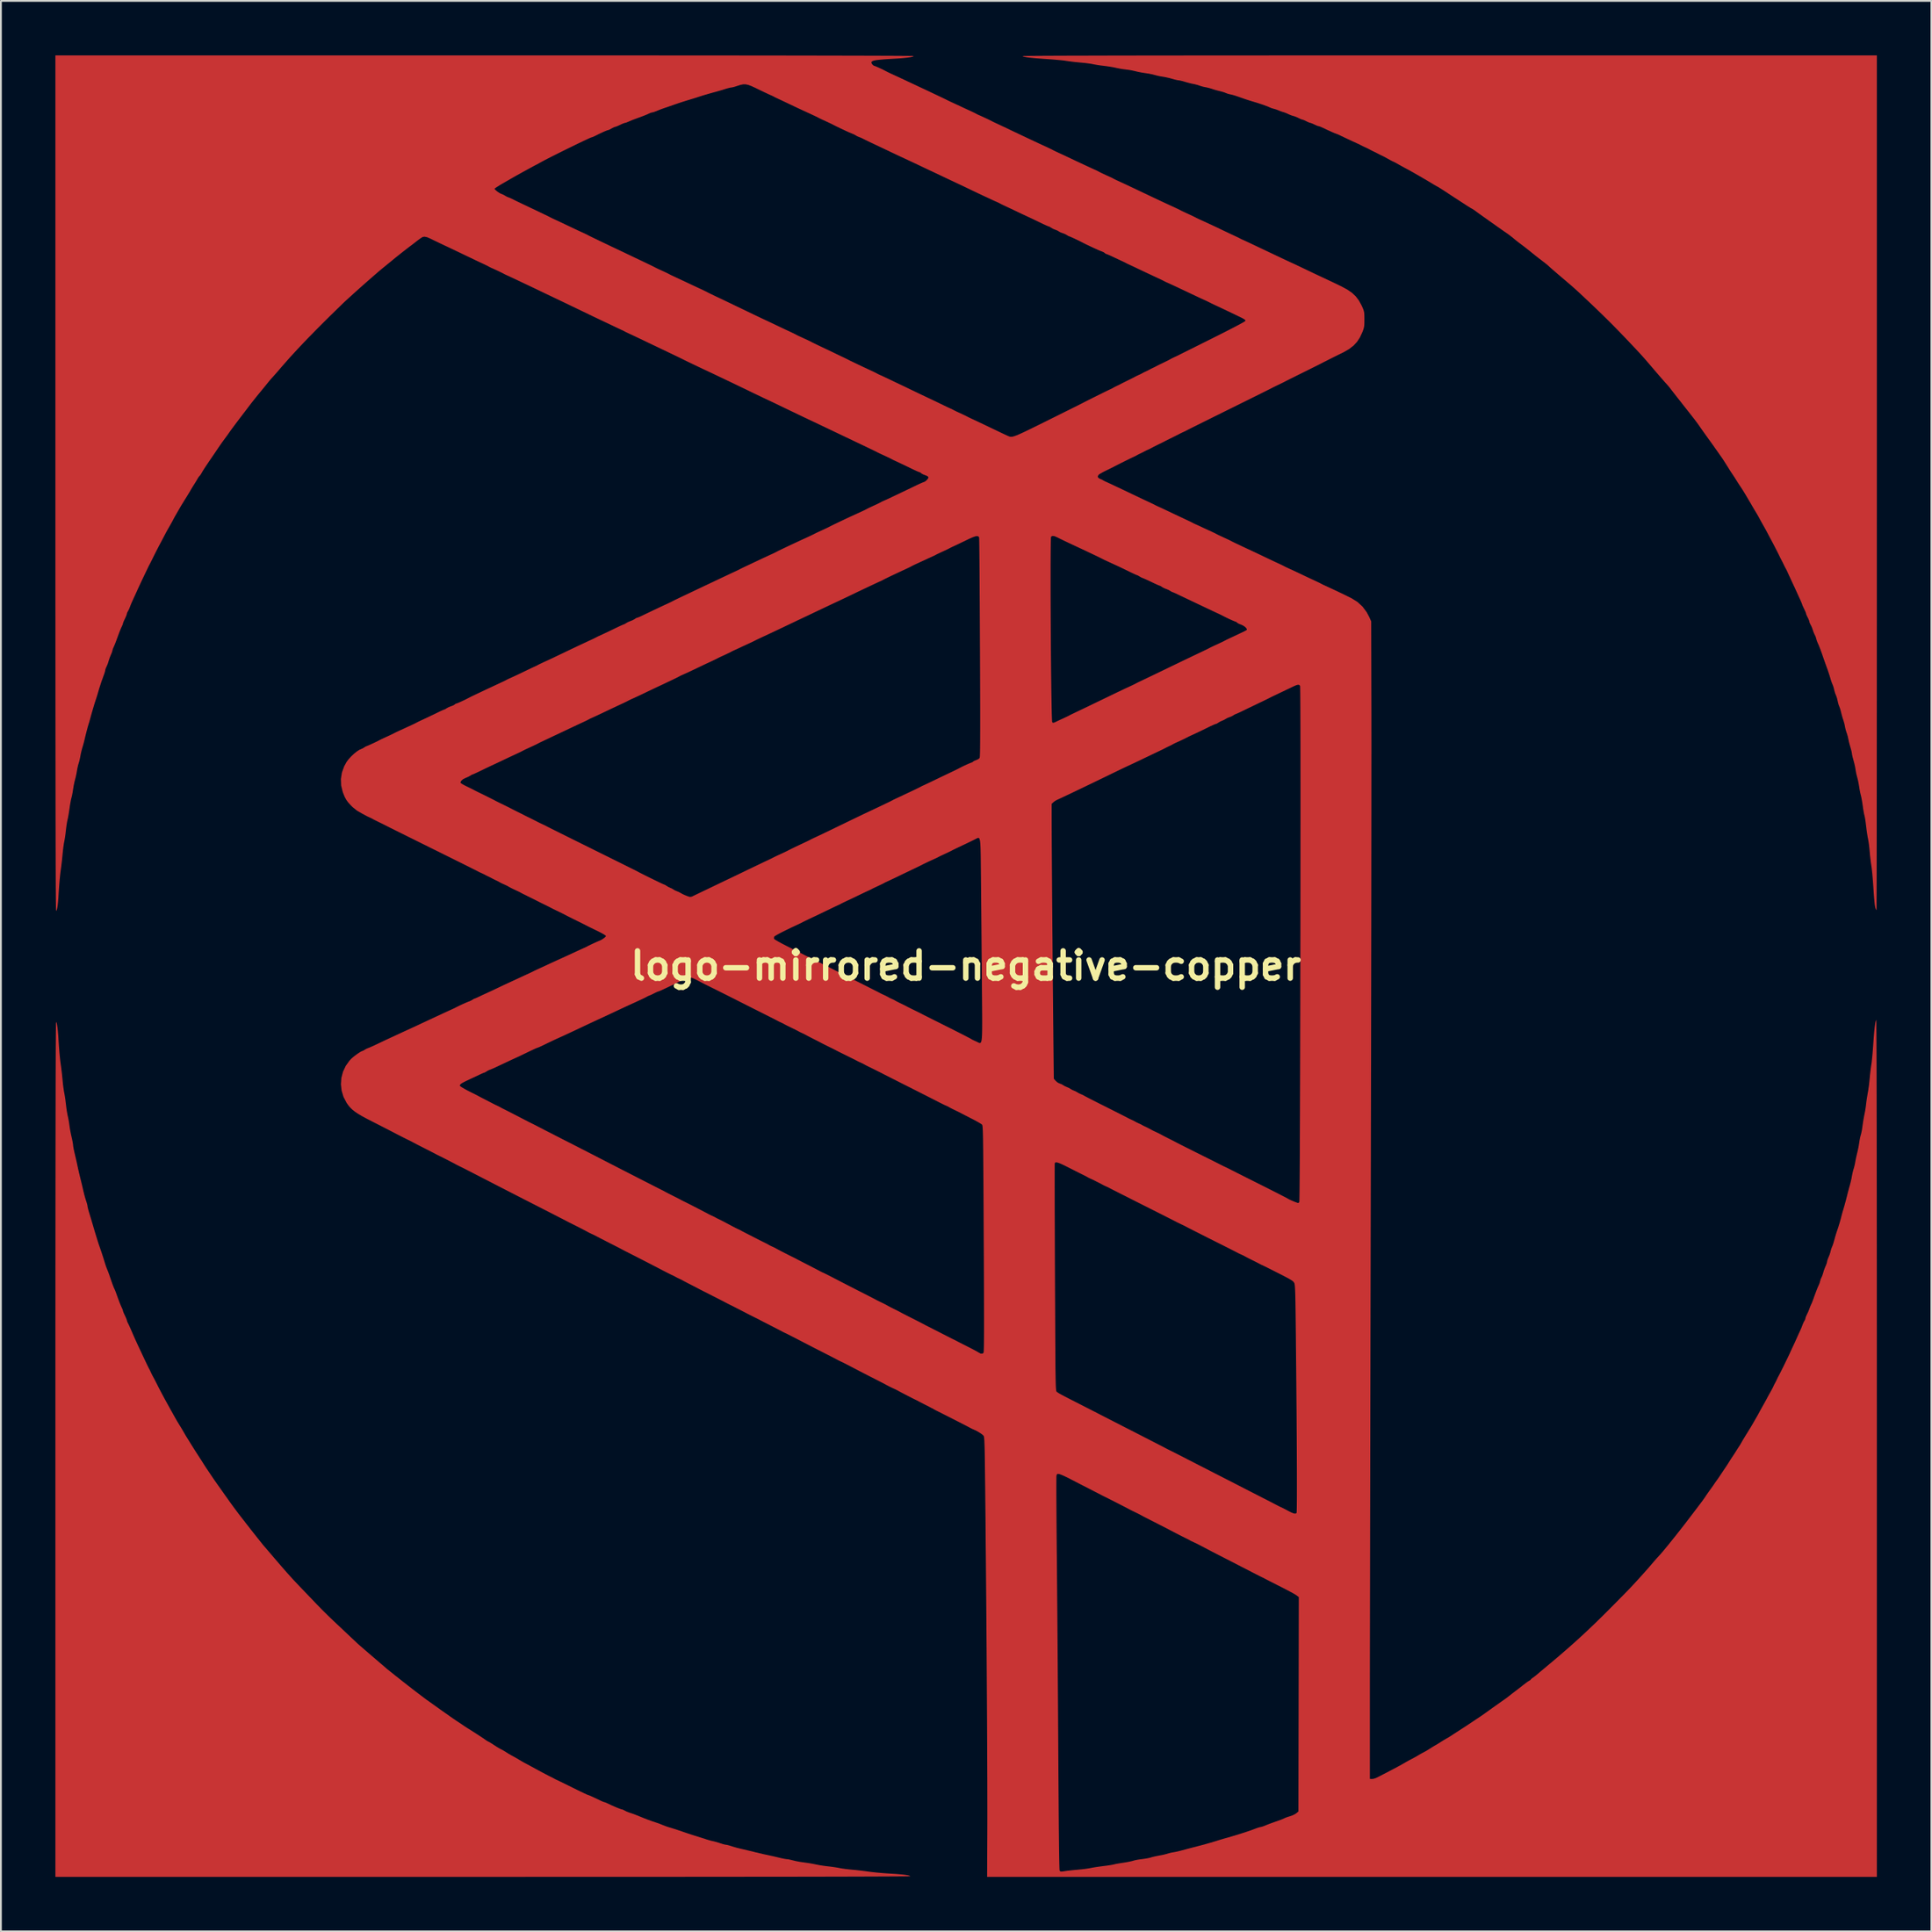
<source format=kicad_pcb>
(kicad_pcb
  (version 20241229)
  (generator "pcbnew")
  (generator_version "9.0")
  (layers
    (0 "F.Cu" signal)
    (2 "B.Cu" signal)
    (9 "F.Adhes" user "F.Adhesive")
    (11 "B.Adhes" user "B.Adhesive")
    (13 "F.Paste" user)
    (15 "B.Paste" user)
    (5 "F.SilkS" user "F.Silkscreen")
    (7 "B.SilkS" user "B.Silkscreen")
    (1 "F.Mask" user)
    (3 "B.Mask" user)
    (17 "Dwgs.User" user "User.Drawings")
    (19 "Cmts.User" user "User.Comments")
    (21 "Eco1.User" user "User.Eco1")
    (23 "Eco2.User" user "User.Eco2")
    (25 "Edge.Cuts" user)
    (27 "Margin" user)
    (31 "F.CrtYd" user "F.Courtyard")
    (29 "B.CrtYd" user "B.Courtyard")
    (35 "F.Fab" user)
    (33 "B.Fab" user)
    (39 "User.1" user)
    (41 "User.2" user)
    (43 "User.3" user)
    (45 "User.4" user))
  (footprint "logo-mirrored-negative-copper"
    (layer "F.Cu")
    (at 50.114 50.114)
    (property "Reference" "logo-mirrored-negative-copper" (at 0 0 0) (layer "F.SilkS") (effects (font (size 1.5 1.5) (thickness 0.3))))
    (attr board_only exclude_from_pos_files exclude_from_bom)
    (fp_poly (pts (xy -50.05 3.14) (xy -50.024 3.239) (xy -50 3.39) (xy -49.977 3.598) (xy -49.956 3.867) (xy -49.936 4.203) (xy -49.918 4.465) (xy -49.896 4.741) (xy -49.871 5.007) (xy -49.845 5.242) (xy -49.825 5.394) (xy -49.793 5.626) (xy -49.761 5.886) (xy -49.734 6.138) (xy -49.719 6.301) (xy -49.699 6.504) (xy -49.673 6.711) (xy -49.646 6.895) (xy -49.626 7.004) (xy -49.597 7.164) (xy -49.567 7.361) (xy -49.542 7.562) (xy -49.534 7.63) (xy -49.51 7.828) (xy -49.478 8.039) (xy -49.443 8.228) (xy -49.431 8.28) (xy -49.394 8.456) (xy -49.362 8.643) (xy -49.34 8.8) (xy -49.34 8.803) (xy -49.32 8.944) (xy -49.288 9.125) (xy -49.248 9.317) (xy -49.228 9.404) (xy -49.191 9.568) (xy -49.162 9.717) (xy -49.144 9.829) (xy -49.141 9.873) (xy -49.132 9.951) (xy -49.109 10.079) (xy -49.076 10.235) (xy -49.052 10.337) (xy -49.007 10.528) (xy -48.96 10.73) (xy -48.92 10.909) (xy -48.908 10.968) (xy -48.862 11.182) (xy -48.81 11.409) (xy -48.748 11.67) (xy -48.687 11.915) (xy -48.65 12.067) (xy -48.607 12.25) (xy -48.567 12.426) (xy -48.566 12.429) (xy -48.523 12.604) (xy -48.472 12.788) (xy -48.425 12.94) (xy -48.424 12.942) (xy -48.384 13.068) (xy -48.356 13.174) (xy -48.347 13.231) (xy -48.337 13.294) (xy -48.31 13.405) (xy -48.271 13.543) (xy -48.259 13.584) (xy -48.208 13.749) (xy -48.147 13.951) (xy -48.086 14.157) (xy -48.058 14.251) (xy -47.951 14.613) (xy -47.86 14.914) (xy -47.783 15.161) (xy -47.717 15.364) (xy -47.677 15.478) (xy -47.572 15.783) (xy -47.482 16.059) (xy -47.41 16.289) (xy -47.389 16.362) (xy -47.342 16.509) (xy -47.286 16.66) (xy -47.268 16.705) (xy -47.212 16.843) (xy -47.155 16.997) (xy -47.137 17.048) (xy -47.04 17.333) (xy -46.963 17.55) (xy -46.906 17.698) (xy -46.871 17.774) (xy -46.838 17.845) (xy -46.794 17.955) (xy -46.763 18.04) (xy -46.666 18.312) (xy -46.58 18.54) (xy -46.508 18.716) (xy -46.459 18.823) (xy -46.418 18.913) (xy -46.398 18.98) (xy -46.398 18.985) (xy -46.383 19.04) (xy -46.343 19.137) (xy -46.29 19.248) (xy -46.235 19.366) (xy -46.196 19.461) (xy -46.182 19.512) (xy -46.166 19.572) (xy -46.126 19.663) (xy -46.111 19.692) (xy -46.064 19.787) (xy -46.001 19.924) (xy -45.933 20.079) (xy -45.91 20.132) (xy -45.858 20.253) (xy -45.807 20.371) (xy -45.753 20.493) (xy -45.691 20.63) (xy -45.617 20.79) (xy -45.528 20.983) (xy -45.418 21.217) (xy -45.284 21.502) (xy -45.19 21.702) (xy -45.111 21.868) (xy -45.041 22.013) (xy -44.987 22.123) (xy -44.955 22.184) (xy -44.952 22.189) (xy -44.915 22.258) (xy -44.87 22.355) (xy -44.863 22.369) (xy -44.811 22.481) (xy -44.759 22.581) (xy -44.756 22.586) (xy -44.718 22.655) (xy -44.657 22.77) (xy -44.582 22.916) (xy -44.521 23.037) (xy -44.387 23.3) (xy -44.236 23.587) (xy -44.062 23.909) (xy -43.859 24.276) (xy -43.746 24.479) (xy -43.625 24.696) (xy -43.532 24.863) (xy -43.459 24.991) (xy -43.399 25.093) (xy -43.346 25.181) (xy -43.292 25.269) (xy -43.267 25.31) (xy -43.183 25.446) (xy -43.099 25.589) (xy -43.062 25.653) (xy -42.989 25.779) (xy -42.914 25.905) (xy -42.89 25.944) (xy -42.825 26.048) (xy -42.744 26.179) (xy -42.689 26.269) (xy -42.605 26.403) (xy -42.498 26.574) (xy -42.38 26.759) (xy -42.265 26.938) (xy -42.168 27.089) (xy -42.126 27.153) (xy -42.064 27.248) (xy -41.989 27.367) (xy -41.956 27.42) (xy -41.88 27.539) (xy -41.807 27.652) (xy -41.78 27.691) (xy -41.721 27.778) (xy -41.64 27.898) (xy -41.562 28.016) (xy -41.476 28.144) (xy -41.366 28.304) (xy -41.251 28.469) (xy -41.202 28.539) (xy -41.099 28.683) (xy -41.002 28.82) (xy -40.925 28.929) (xy -40.895 28.972) (xy -40.812 29.09) (xy -40.725 29.211) (xy -40.716 29.224) (xy -40.632 29.342) (xy -40.546 29.464) (xy -40.537 29.477) (xy -40.421 29.638) (xy -40.279 29.832) (xy -40.128 30.035) (xy -39.985 30.224) (xy -39.902 30.331) (xy -39.797 30.465) (xy -39.689 30.604) (xy -39.612 30.704) (xy -39.513 30.831) (xy -39.392 30.986) (xy -39.258 31.157) (xy -39.119 31.333) (xy -38.984 31.503) (xy -38.862 31.656) (xy -38.762 31.781) (xy -38.693 31.867) (xy -38.67 31.894) (xy -38.625 31.947) (xy -38.54 32.046) (xy -38.424 32.181) (xy -38.285 32.344) (xy -38.131 32.524) (xy -38.053 32.616) (xy -37.798 32.913) (xy -37.579 33.166) (xy -37.385 33.387) (xy -37.207 33.586) (xy -37.034 33.776) (xy -36.855 33.967) (xy -36.661 34.172) (xy -36.547 34.291) (xy -36.364 34.482) (xy -36.162 34.692) (xy -35.963 34.9) (xy -35.785 35.087) (xy -35.715 35.16) (xy -35.441 35.441) (xy -35.138 35.742) (xy -34.833 36.035) (xy -34.651 36.206) (xy -34.613 36.242) (xy -34.531 36.318) (xy -34.417 36.426) (xy -34.279 36.556) (xy -34.128 36.698) (xy -33.972 36.845) (xy -33.823 36.986) (xy -33.689 37.112) (xy -33.58 37.214) (xy -33.506 37.284) (xy -33.489 37.3) (xy -33.438 37.346) (xy -33.341 37.431) (xy -33.205 37.549) (xy -33.04 37.692) (xy -32.853 37.853) (xy -32.674 38.007) (xy -32.475 38.177) (xy -32.29 38.336) (xy -32.128 38.475) (xy -31.995 38.589) (xy -31.902 38.669) (xy -31.858 38.706) (xy -31.8 38.754) (xy -31.694 38.839) (xy -31.55 38.954) (xy -31.378 39.091) (xy -31.187 39.242) (xy -30.986 39.401) (xy -30.784 39.559) (xy -30.644 39.669) (xy -30.499 39.781) (xy -30.335 39.908) (xy -30.164 40.038) (xy -29.999 40.164) (xy -29.852 40.275) (xy -29.736 40.362) (xy -29.663 40.415) (xy -29.657 40.419) (xy -29.498 40.531) (xy -29.305 40.669) (xy -29.066 40.84) (xy -29.062 40.843) (xy -28.928 40.94) (xy -28.799 41.031) (xy -28.699 41.101) (xy -28.683 41.112) (xy -28.581 41.183) (xy -28.455 41.272) (xy -28.377 41.328) (xy -28.246 41.419) (xy -28.093 41.524) (xy -27.98 41.599) (xy -27.853 41.683) (xy -27.734 41.762) (xy -27.655 41.816) (xy -27.562 41.879) (xy -27.441 41.957) (xy -27.366 42.004) (xy -27.134 42.151) (xy -26.919 42.289) (xy -26.731 42.411) (xy -26.579 42.511) (xy -26.474 42.583) (xy -26.441 42.608) (xy -26.353 42.668) (xy -26.279 42.707) (xy -26.218 42.738) (xy -26.118 42.799) (xy -25.996 42.877) (xy -25.959 42.901) (xy -25.824 42.989) (xy -25.694 43.067) (xy -25.594 43.122) (xy -25.58 43.129) (xy -25.474 43.185) (xy -25.348 43.26) (xy -25.292 43.296) (xy -25.165 43.376) (xy -25.033 43.452) (xy -24.985 43.478) (xy -24.88 43.535) (xy -24.742 43.613) (xy -24.606 43.694) (xy -24.468 43.775) (xy -24.331 43.853) (xy -24.227 43.909) (xy -24.109 43.972) (xy -23.969 44.047) (xy -23.903 44.083) (xy -23.7 44.194) (xy -23.49 44.308) (xy -23.287 44.417) (xy -23.104 44.513) (xy -22.957 44.59) (xy -22.858 44.639) (xy -22.856 44.64) (xy -22.754 44.69) (xy -22.674 44.733) (xy -22.658 44.742) (xy -22.59 44.779) (xy -22.493 44.826) (xy -22.478 44.832) (xy -22.409 44.864) (xy -22.288 44.923) (xy -22.123 45.003) (xy -21.927 45.1) (xy -21.711 45.206) (xy -21.593 45.265) (xy -21.378 45.371) (xy -21.183 45.466) (xy -21.019 45.544) (xy -20.895 45.602) (xy -20.82 45.635) (xy -20.803 45.641) (xy -20.752 45.656) (xy -20.642 45.703) (xy -20.47 45.781) (xy -20.235 45.892) (xy -20.114 45.95) (xy -20.008 45.999) (xy -19.927 46.03) (xy -19.898 46.038) (xy -19.848 46.052) (xy -19.757 46.09) (xy -19.682 46.126) (xy -19.52 46.202) (xy -19.353 46.276) (xy -19.195 46.343) (xy -19.062 46.396) (xy -18.969 46.428) (xy -18.936 46.435) (xy -18.874 46.452) (xy -18.788 46.496) (xy -18.777 46.502) (xy -18.675 46.554) (xy -18.544 46.606) (xy -18.489 46.624) (xy -18.348 46.671) (xy -18.189 46.73) (xy -18.112 46.76) (xy -17.956 46.823) (xy -17.787 46.891) (xy -17.715 46.921) (xy -17.504 47.003) (xy -17.262 47.09) (xy -16.993 47.18) (xy -16.853 47.23) (xy -16.704 47.289) (xy -16.669 47.304) (xy -16.529 47.358) (xy -16.375 47.411) (xy -16.326 47.425) (xy -16.117 47.488) (xy -15.857 47.572) (xy -15.561 47.672) (xy -15.442 47.713) (xy -15.295 47.763) (xy -15.112 47.823) (xy -14.927 47.882) (xy -14.883 47.895) (xy -14.7 47.952) (xy -14.507 48.014) (xy -14.338 48.068) (xy -14.306 48.079) (xy -14.156 48.125) (xy -14.012 48.165) (xy -13.909 48.188) (xy -13.798 48.214) (xy -13.654 48.255) (xy -13.521 48.298) (xy -13.389 48.341) (xy -13.276 48.371) (xy -13.205 48.383) (xy -13.205 48.383) (xy -13.133 48.394) (xy -13.02 48.424) (xy -12.906 48.46) (xy -12.755 48.507) (xy -12.572 48.558) (xy -12.396 48.601) (xy -12.393 48.602) (xy -12.216 48.642) (xy -12.029 48.687) (xy -11.871 48.725) (xy -11.87 48.725) (xy -11.584 48.796) (xy -11.348 48.852) (xy -11.14 48.9) (xy -10.94 48.942) (xy -10.932 48.944) (xy -10.772 48.979) (xy -10.575 49.023) (xy -10.375 49.07) (xy -10.301 49.088) (xy -10.139 49.126) (xy -9.995 49.156) (xy -9.888 49.173) (xy -9.849 49.177) (xy -9.769 49.186) (xy -9.647 49.211) (xy -9.507 49.246) (xy -9.503 49.247) (xy -9.344 49.285) (xy -9.148 49.322) (xy -8.954 49.351) (xy -8.908 49.357) (xy -8.709 49.384) (xy -8.49 49.42) (xy -8.294 49.458) (xy -8.262 49.465) (xy -8.08 49.501) (xy -7.864 49.536) (xy -7.654 49.564) (xy -7.594 49.57) (xy -7.401 49.593) (xy -7.198 49.622) (xy -7.021 49.652) (xy -6.968 49.663) (xy -6.821 49.689) (xy -6.629 49.716) (xy -6.42 49.74) (xy -6.265 49.755) (xy -6.043 49.776) (xy -5.786 49.805) (xy -5.529 49.837) (xy -5.358 49.861) (xy -5.165 49.886) (xy -4.922 49.912) (xy -4.652 49.937) (xy -4.377 49.958) (xy -4.167 49.972) (xy -3.831 49.992) (xy -3.561 50.014) (xy -3.354 50.036) (xy -3.203 50.06) (xy -3.104 50.086) (xy -3.052 50.115) (xy -3.085 50.118) (xy -3.19 50.12) (xy -3.367 50.123) (xy -3.616 50.125) (xy -3.935 50.127) (xy -4.326 50.129) (xy -4.787 50.131) (xy -5.319 50.133) (xy -5.92 50.135) (xy -6.592 50.137) (xy -7.334 50.139) (xy -8.145 50.14) (xy -9.025 50.142) (xy -9.974 50.143) (xy -10.992 50.144) (xy -12.079 50.145) (xy -13.233 50.146) (xy -14.456 50.147) (xy -15.747 50.148) (xy -17.105 50.149) (xy -18.53 50.149) (xy -20.023 50.15) (xy -21.582 50.15) (xy -23.207 50.15) (xy -24.9 50.151) (xy -26.565 50.151) (xy -50.114 50.151) (xy -50.114 26.601) (xy -50.114 24.847) (xy -50.114 23.158) (xy -50.114 21.536) (xy -50.114 19.98) (xy -50.113 18.491) (xy -50.113 17.069) (xy -50.112 15.715) (xy -50.111 14.428) (xy -50.11 13.208) (xy -50.109 12.057) (xy -50.108 10.974) (xy -50.107 9.96) (xy -50.105 9.014) (xy -50.104 8.137) (xy -50.102 7.33) (xy -50.101 6.592) (xy -50.099 5.924) (xy -50.097 5.325) (xy -50.095 4.797) (xy -50.093 4.34) (xy -50.091 3.953) (xy -50.089 3.637) (xy -50.086 3.393) (xy -50.084 3.219) (xy -50.081 3.118) (xy -50.079 3.088)) (stroke (width 0) (type solid)) (fill yes) (layer "F.Cu"))
    (fp_poly (pts (xy 50.151 -26.591) (xy 50.151 -25.291) (xy 50.15 -24.009) (xy 50.15 -22.746) (xy 50.15 -21.506) (xy 50.15 -20.289) (xy 50.15 -19.098) (xy 50.149 -17.934) (xy 50.149 -16.799) (xy 50.148 -15.695) (xy 50.148 -14.625) (xy 50.147 -13.589) (xy 50.147 -12.591) (xy 50.146 -11.631) (xy 50.146 -10.711) (xy 50.145 -9.834) (xy 50.144 -9.002) (xy 50.143 -8.216) (xy 50.143 -7.478) (xy 50.142 -6.79) (xy 50.141 -6.154) (xy 50.14 -5.572) (xy 50.139 -5.046) (xy 50.138 -4.578) (xy 50.137 -4.169) (xy 50.136 -3.821) (xy 50.135 -3.537) (xy 50.134 -3.318) (xy 50.133 -3.166) (xy 50.132 -3.083) (xy 50.132 -3.067) (xy 50.106 -3.096) (xy 50.081 -3.15) (xy 50.063 -3.208) (xy 50.047 -3.289) (xy 50.031 -3.4) (xy 50.016 -3.55) (xy 49.999 -3.747) (xy 49.98 -3.997) (xy 49.959 -4.31) (xy 49.953 -4.402) (xy 49.935 -4.656) (xy 49.914 -4.909) (xy 49.892 -5.143) (xy 49.87 -5.342) (xy 49.85 -5.487) (xy 49.848 -5.502) (xy 49.822 -5.673) (xy 49.796 -5.887) (xy 49.771 -6.114) (xy 49.755 -6.289) (xy 49.736 -6.492) (xy 49.712 -6.695) (xy 49.686 -6.872) (xy 49.664 -6.992) (xy 49.639 -7.125) (xy 49.61 -7.305) (xy 49.581 -7.509) (xy 49.557 -7.707) (xy 49.534 -7.893) (xy 49.51 -8.059) (xy 49.487 -8.191) (xy 49.469 -8.269) (xy 49.467 -8.274) (xy 49.449 -8.347) (xy 49.425 -8.472) (xy 49.398 -8.633) (xy 49.376 -8.793) (xy 49.349 -8.98) (xy 49.318 -9.159) (xy 49.289 -9.307) (xy 49.268 -9.39) (xy 49.238 -9.511) (xy 49.206 -9.671) (xy 49.179 -9.839) (xy 49.176 -9.859) (xy 49.147 -10.035) (xy 49.11 -10.217) (xy 49.072 -10.367) (xy 49.07 -10.374) (xy 49.027 -10.537) (xy 48.991 -10.715) (xy 48.977 -10.807) (xy 48.952 -10.951) (xy 48.913 -11.127) (xy 48.868 -11.298) (xy 48.865 -11.308) (xy 48.825 -11.452) (xy 48.795 -11.579) (xy 48.78 -11.664) (xy 48.78 -11.676) (xy 48.769 -11.749) (xy 48.741 -11.867) (xy 48.702 -12.008) (xy 48.692 -12.04) (xy 48.647 -12.198) (xy 48.607 -12.353) (xy 48.582 -12.474) (xy 48.58 -12.484) (xy 48.551 -12.62) (xy 48.507 -12.771) (xy 48.488 -12.823) (xy 48.442 -12.966) (xy 48.406 -13.116) (xy 48.397 -13.165) (xy 48.369 -13.304) (xy 48.326 -13.456) (xy 48.308 -13.512) (xy 48.264 -13.647) (xy 48.217 -13.812) (xy 48.186 -13.937) (xy 48.15 -14.078) (xy 48.111 -14.203) (xy 48.08 -14.281) (xy 48.044 -14.372) (xy 48.009 -14.5) (xy 47.991 -14.585) (xy 47.959 -14.721) (xy 47.92 -14.844) (xy 47.897 -14.898) (xy 47.857 -14.997) (xy 47.817 -15.129) (xy 47.801 -15.197) (xy 47.768 -15.328) (xy 47.728 -15.446) (xy 47.709 -15.49) (xy 47.672 -15.578) (xy 47.628 -15.706) (xy 47.59 -15.833) (xy 47.544 -15.985) (xy 47.484 -16.169) (xy 47.421 -16.349) (xy 47.41 -16.38) (xy 47.345 -16.559) (xy 47.277 -16.75) (xy 47.219 -16.917) (xy 47.211 -16.939) (xy 47.115 -17.216) (xy 47.029 -17.451) (xy 46.956 -17.635) (xy 46.9 -17.76) (xy 46.896 -17.769) (xy 46.848 -17.885) (xy 46.814 -18.004) (xy 46.78 -18.117) (xy 46.735 -18.213) (xy 46.735 -18.214) (xy 46.693 -18.299) (xy 46.647 -18.418) (xy 46.628 -18.479) (xy 46.581 -18.61) (xy 46.527 -18.733) (xy 46.504 -18.773) (xy 46.458 -18.864) (xy 46.435 -18.938) (xy 46.435 -18.945) (xy 46.418 -19.009) (xy 46.377 -19.108) (xy 46.344 -19.173) (xy 46.293 -19.277) (xy 46.26 -19.358) (xy 46.254 -19.387) (xy 46.239 -19.44) (xy 46.199 -19.536) (xy 46.147 -19.646) (xy 46.092 -19.76) (xy 46.053 -19.848) (xy 46.039 -19.891) (xy 46.024 -19.936) (xy 45.986 -20.028) (xy 45.934 -20.147) (xy 45.927 -20.162) (xy 45.861 -20.306) (xy 45.797 -20.447) (xy 45.752 -20.547) (xy 45.7 -20.661) (xy 45.63 -20.814) (xy 45.536 -21.014) (xy 45.417 -21.27) (xy 45.376 -21.359) (xy 45.314 -21.492) (xy 45.256 -21.62) (xy 45.228 -21.684) (xy 45.182 -21.782) (xy 45.142 -21.857) (xy 45.138 -21.864) (xy 45.101 -21.93) (xy 45.051 -22.029) (xy 45.035 -22.063) (xy 44.984 -22.17) (xy 44.938 -22.261) (xy 44.928 -22.279) (xy 44.895 -22.343) (xy 44.839 -22.452) (xy 44.772 -22.589) (xy 44.738 -22.658) (xy 44.657 -22.82) (xy 44.556 -23.017) (xy 44.45 -23.221) (xy 44.375 -23.362) (xy 44.285 -23.53) (xy 44.2 -23.689) (xy 44.131 -23.821) (xy 44.088 -23.903) (xy 44.029 -24.012) (xy 43.952 -24.151) (xy 43.888 -24.263) (xy 43.811 -24.4) (xy 43.736 -24.536) (xy 43.689 -24.624) (xy 43.628 -24.736) (xy 43.549 -24.874) (xy 43.493 -24.967) (xy 43.41 -25.105) (xy 43.325 -25.248) (xy 43.279 -25.328) (xy 43.219 -25.432) (xy 43.17 -25.517) (xy 43.153 -25.544) (xy 43.119 -25.601) (xy 43.061 -25.699) (xy 42.99 -25.82) (xy 42.982 -25.833) (xy 42.838 -26.074) (xy 42.715 -26.269) (xy 42.609 -26.428) (xy 42.549 -26.519) (xy 42.471 -26.64) (xy 42.412 -26.735) (xy 42.333 -26.86) (xy 42.257 -26.977) (xy 42.214 -27.042) (xy 42.151 -27.135) (xy 42.073 -27.256) (xy 42.026 -27.33) (xy 41.896 -27.538) (xy 41.797 -27.696) (xy 41.72 -27.816) (xy 41.658 -27.91) (xy 41.603 -27.991) (xy 41.548 -28.069) (xy 41.546 -28.072) (xy 41.494 -28.145) (xy 41.414 -28.258) (xy 41.319 -28.394) (xy 41.263 -28.473) (xy 41.16 -28.619) (xy 41.059 -28.761) (xy 40.976 -28.877) (xy 40.946 -28.918) (xy 40.86 -29.036) (xy 40.774 -29.156) (xy 40.751 -29.188) (xy 40.671 -29.301) (xy 40.59 -29.413) (xy 40.581 -29.427) (xy 40.515 -29.519) (xy 40.431 -29.64) (xy 40.366 -29.734) (xy 40.272 -29.866) (xy 40.158 -30.019) (xy 40.059 -30.148) (xy 39.838 -30.43) (xy 39.629 -30.695) (xy 39.44 -30.936) (xy 39.278 -31.142) (xy 39.15 -31.305) (xy 39.1 -31.368) (xy 38.991 -31.508) (xy 38.876 -31.656) (xy 38.788 -31.771) (xy 38.694 -31.889) (xy 38.599 -32) (xy 38.544 -32.059) (xy 38.491 -32.117) (xy 38.4 -32.221) (xy 38.278 -32.36) (xy 38.134 -32.526) (xy 37.977 -32.709) (xy 37.903 -32.796) (xy 37.706 -33.026) (xy 37.546 -33.213) (xy 37.411 -33.368) (xy 37.292 -33.504) (xy 37.178 -33.631) (xy 37.057 -33.762) (xy 36.921 -33.909) (xy 36.799 -34.039) (xy 36.393 -34.468) (xy 36.02 -34.857) (xy 35.665 -35.221) (xy 35.313 -35.573) (xy 34.951 -35.928) (xy 34.565 -36.299) (xy 34.14 -36.701) (xy 34.059 -36.777) (xy 33.876 -36.949) (xy 33.723 -37.091) (xy 33.588 -37.215) (xy 33.458 -37.331) (xy 33.319 -37.453) (xy 33.16 -37.59) (xy 32.966 -37.755) (xy 32.814 -37.884) (xy 32.629 -38.041) (xy 32.457 -38.189) (xy 32.307 -38.319) (xy 32.19 -38.422) (xy 32.114 -38.49) (xy 32.099 -38.505) (xy 32.024 -38.572) (xy 31.91 -38.665) (xy 31.777 -38.769) (xy 31.72 -38.812) (xy 31.561 -38.933) (xy 31.378 -39.075) (xy 31.205 -39.214) (xy 31.155 -39.255) (xy 31.003 -39.378) (xy 30.842 -39.505) (xy 30.699 -39.616) (xy 30.65 -39.653) (xy 30.519 -39.751) (xy 30.424 -39.823) (xy 30.344 -39.885) (xy 30.257 -39.955) (xy 30.141 -40.05) (xy 30.108 -40.077) (xy 29.98 -40.179) (xy 29.851 -40.277) (xy 29.748 -40.349) (xy 29.748 -40.349) (xy 29.631 -40.428) (xy 29.517 -40.507) (xy 29.49 -40.526) (xy 29.407 -40.586) (xy 29.287 -40.67) (xy 29.153 -40.765) (xy 29.121 -40.788) (xy 28.972 -40.893) (xy 28.818 -41.002) (xy 28.688 -41.095) (xy 28.675 -41.104) (xy 28.55 -41.193) (xy 28.428 -41.279) (xy 28.359 -41.328) (xy 28.248 -41.407) (xy 28.125 -41.498) (xy 28.088 -41.526) (xy 27.983 -41.601) (xy 27.885 -41.663) (xy 27.853 -41.681) (xy 27.782 -41.721) (xy 27.671 -41.789) (xy 27.54 -41.872) (xy 27.493 -41.903) (xy 27.333 -42.008) (xy 27.146 -42.129) (xy 26.966 -42.247) (xy 26.915 -42.279) (xy 26.745 -42.39) (xy 26.56 -42.511) (xy 26.393 -42.622) (xy 26.347 -42.652) (xy 26.208 -42.742) (xy 26.073 -42.826) (xy 25.968 -42.888) (xy 25.95 -42.898) (xy 25.852 -42.952) (xy 25.774 -42.997) (xy 25.761 -43.005) (xy 25.605 -43.1) (xy 25.41 -43.216) (xy 25.191 -43.344) (xy 24.963 -43.477) (xy 24.74 -43.605) (xy 24.539 -43.719) (xy 24.373 -43.812) (xy 24.282 -43.861) (xy 24.133 -43.94) (xy 23.974 -44.027) (xy 23.827 -44.109) (xy 23.714 -44.174) (xy 23.686 -44.19) (xy 23.594 -44.239) (xy 23.524 -44.27) (xy 23.446 -44.307) (xy 23.332 -44.368) (xy 23.217 -44.432) (xy 23.085 -44.506) (xy 22.957 -44.572) (xy 22.874 -44.612) (xy 22.77 -44.661) (xy 22.683 -44.706) (xy 22.676 -44.71) (xy 22.59 -44.756) (xy 22.496 -44.802) (xy 22.363 -44.865) (xy 22.247 -44.926) (xy 22.207 -44.949) (xy 22.125 -44.991) (xy 22.02 -45.04) (xy 22.009 -45.045) (xy 21.897 -45.096) (xy 21.798 -45.146) (xy 21.792 -45.149) (xy 21.709 -45.191) (xy 21.591 -45.248) (xy 21.503 -45.288) (xy 21.239 -45.41) (xy 21.004 -45.519) (xy 20.809 -45.611) (xy 20.663 -45.681) (xy 20.601 -45.712) (xy 20.493 -45.762) (xy 20.395 -45.8) (xy 20.385 -45.803) (xy 20.289 -45.839) (xy 20.131 -45.907) (xy 19.914 -46.006) (xy 19.647 -46.132) (xy 19.539 -46.18) (xy 19.453 -46.211) (xy 19.421 -46.218) (xy 19.363 -46.233) (xy 19.267 -46.273) (xy 19.194 -46.308) (xy 19.086 -46.358) (xy 19 -46.391) (xy 18.966 -46.398) (xy 18.908 -46.414) (xy 18.812 -46.455) (xy 18.747 -46.488) (xy 18.642 -46.54) (xy 18.559 -46.572) (xy 18.53 -46.579) (xy 18.473 -46.595) (xy 18.379 -46.636) (xy 18.322 -46.665) (xy 18.198 -46.722) (xy 18.077 -46.767) (xy 18.037 -46.777) (xy 17.928 -46.81) (xy 17.799 -46.862) (xy 17.751 -46.885) (xy 17.631 -46.939) (xy 17.518 -46.981) (xy 17.482 -46.991) (xy 17.379 -47.023) (xy 17.257 -47.07) (xy 17.229 -47.082) (xy 17.104 -47.131) (xy 16.98 -47.169) (xy 16.957 -47.174) (xy 16.837 -47.209) (xy 16.729 -47.253) (xy 16.617 -47.302) (xy 16.452 -47.365) (xy 16.248 -47.435) (xy 16.021 -47.509) (xy 15.821 -47.569) (xy 15.684 -47.61) (xy 15.559 -47.649) (xy 15.43 -47.691) (xy 15.279 -47.742) (xy 15.089 -47.809) (xy 14.937 -47.863) (xy 14.792 -47.91) (xy 14.651 -47.949) (xy 14.559 -47.969) (xy 14.437 -47.998) (xy 14.328 -48.038) (xy 14.317 -48.043) (xy 14.231 -48.078) (xy 14.102 -48.117) (xy 13.973 -48.15) (xy 13.814 -48.19) (xy 13.652 -48.237) (xy 13.548 -48.272) (xy 13.404 -48.316) (xy 13.254 -48.352) (xy 13.202 -48.361) (xy 13.063 -48.39) (xy 12.911 -48.434) (xy 12.859 -48.452) (xy 12.717 -48.498) (xy 12.569 -48.535) (xy 12.52 -48.544) (xy 12.404 -48.567) (xy 12.252 -48.606) (xy 12.092 -48.651) (xy 12.076 -48.656) (xy 11.933 -48.698) (xy 11.808 -48.728) (xy 11.723 -48.743) (xy 11.712 -48.743) (xy 11.64 -48.754) (xy 11.522 -48.78) (xy 11.38 -48.818) (xy 11.344 -48.829) (xy 11.175 -48.874) (xy 10.998 -48.914) (xy 10.851 -48.94) (xy 10.843 -48.941) (xy 10.681 -48.968) (xy 10.503 -49.008) (xy 10.41 -49.034) (xy 10.264 -49.071) (xy 10.083 -49.108) (xy 9.905 -49.136) (xy 9.889 -49.138) (xy 9.704 -49.166) (xy 9.506 -49.204) (xy 9.336 -49.243) (xy 9.33 -49.245) (xy 9.152 -49.286) (xy 8.955 -49.32) (xy 8.816 -49.337) (xy 8.645 -49.359) (xy 8.448 -49.392) (xy 8.275 -49.428) (xy 8.109 -49.463) (xy 7.905 -49.497) (xy 7.697 -49.527) (xy 7.613 -49.537) (xy 7.426 -49.56) (xy 7.239 -49.588) (xy 7.08 -49.616) (xy 7.017 -49.629) (xy 6.897 -49.652) (xy 6.727 -49.676) (xy 6.529 -49.7) (xy 6.325 -49.719) (xy 6.314 -49.72) (xy 6.101 -49.74) (xy 5.883 -49.764) (xy 5.686 -49.789) (xy 5.538 -49.811) (xy 5.416 -49.829) (xy 5.237 -49.849) (xy 5.016 -49.87) (xy 4.769 -49.891) (xy 4.511 -49.91) (xy 4.42 -49.916) (xy 4.055 -49.942) (xy 3.758 -49.966) (xy 3.524 -49.989) (xy 3.347 -50.012) (xy 3.224 -50.037) (xy 3.149 -50.062) (xy 3.125 -50.078) (xy 3.155 -50.081) (xy 3.25 -50.083) (xy 3.411 -50.086) (xy 3.637 -50.088) (xy 3.93 -50.091) (xy 4.289 -50.093) (xy 4.715 -50.095) (xy 5.208 -50.097) (xy 5.768 -50.099) (xy 6.395 -50.1) (xy 7.09 -50.102) (xy 7.853 -50.104) (xy 8.685 -50.105) (xy 9.585 -50.107) (xy 10.554 -50.108) (xy 11.592 -50.109) (xy 12.699 -50.11) (xy 13.876 -50.111) (xy 15.123 -50.112) (xy 16.44 -50.112) (xy 17.827 -50.113) (xy 19.286 -50.113) (xy 20.815 -50.114) (xy 22.415 -50.114) (xy 24.087 -50.114) (xy 25.831 -50.114) (xy 26.619 -50.114) (xy 50.151 -50.114)) (stroke (width 0) (type solid)) (fill yes) (layer "F.Cu"))
    (fp_poly (pts (xy -24.949 -50.114) (xy -23.459 -50.114) (xy -22.011 -50.114) (xy -20.606 -50.114) (xy -19.245 -50.113) (xy -17.93 -50.113) (xy -16.661 -50.112) (xy -15.441 -50.111) (xy -14.269 -50.111) (xy -13.147 -50.11) (xy -12.077 -50.109) (xy -11.059 -50.108) (xy -10.095 -50.107) (xy -9.185 -50.105) (xy -8.332 -50.104) (xy -7.536 -50.103) (xy -6.798 -50.101) (xy -6.12 -50.1) (xy -5.502 -50.098) (xy -4.946 -50.096) (xy -4.454 -50.095) (xy -4.025 -50.093) (xy -3.662 -50.091) (xy -3.366 -50.089) (xy -3.137 -50.087) (xy -2.977 -50.085) (xy -2.887 -50.083) (xy -2.867 -50.081) (xy -2.923 -50.047) (xy -3.048 -50.015) (xy -3.242 -49.987) (xy -3.507 -49.961) (xy -3.843 -49.938) (xy -3.905 -49.935) (xy -4.252 -49.915) (xy -4.533 -49.895) (xy -4.754 -49.875) (xy -4.923 -49.855) (xy -5.045 -49.831) (xy -5.126 -49.805) (xy -5.174 -49.774) (xy -5.194 -49.737) (xy -5.195 -49.72) (xy -5.17 -49.651) (xy -5.112 -49.581) (xy -5.048 -49.54) (xy -5.033 -49.537) (xy -4.989 -49.523) (xy -4.899 -49.486) (xy -4.782 -49.434) (xy -4.655 -49.375) (xy -4.538 -49.319) (xy -4.465 -49.282) (xy -4.375 -49.235) (xy -4.293 -49.193) (xy -4.197 -49.147) (xy -4.067 -49.087) (xy -3.987 -49.05) (xy -3.877 -48.999) (xy -3.775 -48.952) (xy -3.671 -48.904) (xy -3.551 -48.848) (xy -3.405 -48.78) (xy -3.221 -48.693) (xy -2.986 -48.583) (xy -2.904 -48.545) (xy -2.577 -48.391) (xy -2.265 -48.245) (xy -1.976 -48.109) (xy -1.718 -47.986) (xy -1.496 -47.881) (xy -1.318 -47.797) (xy -1.191 -47.736) (xy -1.122 -47.702) (xy -1.118 -47.7) (xy -1.007 -47.644) (xy -0.886 -47.586) (xy -0.728 -47.512) (xy -0.722 -47.509) (xy -0.591 -47.449) (xy -0.427 -47.373) (xy -0.262 -47.296) (xy -0.235 -47.283) (xy -0.065 -47.204) (xy 0.117 -47.12) (xy 0.273 -47.048) (xy 0.289 -47.041) (xy 0.413 -46.982) (xy 0.516 -46.931) (xy 0.577 -46.9) (xy 0.577 -46.899) (xy 0.658 -46.857) (xy 0.686 -46.845) (xy 0.752 -46.816) (xy 0.863 -46.766) (xy 0.998 -46.704) (xy 1.134 -46.641) (xy 1.253 -46.585) (xy 1.332 -46.546) (xy 1.344 -46.54) (xy 1.436 -46.492) (xy 1.526 -46.447) (xy 1.637 -46.394) (xy 1.768 -46.334) (xy 1.896 -46.274) (xy 2.066 -46.194) (xy 2.255 -46.105) (xy 2.417 -46.027) (xy 2.88 -45.807) (xy 3.331 -45.594) (xy 3.755 -45.394) (xy 4.139 -45.215) (xy 4.348 -45.119) (xy 4.499 -45.049) (xy 4.605 -44.999) (xy 4.685 -44.96) (xy 4.758 -44.923) (xy 4.817 -44.892) (xy 4.885 -44.858) (xy 4.996 -44.806) (xy 5.123 -44.746) (xy 5.254 -44.686) (xy 5.426 -44.606) (xy 5.613 -44.518) (xy 5.755 -44.451) (xy 5.935 -44.365) (xy 6.116 -44.28) (xy 6.274 -44.206) (xy 6.368 -44.162) (xy 6.523 -44.09) (xy 6.689 -44.012) (xy 6.783 -43.969) (xy 6.916 -43.907) (xy 7.044 -43.849) (xy 7.108 -43.821) (xy 7.206 -43.776) (xy 7.281 -43.737) (xy 7.288 -43.733) (xy 7.35 -43.7) (xy 7.459 -43.646) (xy 7.596 -43.581) (xy 7.743 -43.512) (xy 7.882 -43.449) (xy 7.938 -43.424) (xy 8.036 -43.379) (xy 8.111 -43.34) (xy 8.118 -43.335) (xy 8.174 -43.306) (xy 8.277 -43.255) (xy 8.409 -43.194) (xy 8.461 -43.17) (xy 8.582 -43.114) (xy 8.691 -43.064) (xy 8.802 -43.012) (xy 8.927 -42.954) (xy 9.078 -42.882) (xy 9.269 -42.792) (xy 9.511 -42.677) (xy 9.525 -42.67) (xy 9.918 -42.484) (xy 10.255 -42.324) (xy 10.545 -42.187) (xy 10.798 -42.068) (xy 11.022 -41.964) (xy 11.227 -41.869) (xy 11.419 -41.781) (xy 11.566 -41.713) (xy 11.671 -41.663) (xy 11.758 -41.62) (xy 11.851 -41.572) (xy 11.861 -41.566) (xy 11.922 -41.536) (xy 12.029 -41.486) (xy 12.162 -41.424) (xy 12.213 -41.401) (xy 12.351 -41.337) (xy 12.47 -41.281) (xy 12.549 -41.243) (xy 12.565 -41.236) (xy 12.661 -41.186) (xy 12.747 -41.144) (xy 12.847 -41.096) (xy 12.986 -41.032) (xy 13.007 -41.023) (xy 13.258 -40.907) (xy 13.465 -40.812) (xy 13.649 -40.726) (xy 13.83 -40.641) (xy 14.029 -40.545) (xy 14.125 -40.499) (xy 14.313 -40.41) (xy 14.502 -40.32) (xy 14.67 -40.241) (xy 14.793 -40.184) (xy 14.917 -40.126) (xy 15.021 -40.076) (xy 15.081 -40.045) (xy 15.081 -40.044) (xy 15.156 -40.005) (xy 15.226 -39.973) (xy 15.295 -39.942) (xy 15.392 -39.898) (xy 15.525 -39.836) (xy 15.7 -39.754) (xy 15.928 -39.646) (xy 16.11 -39.56) (xy 16.459 -39.394) (xy 16.75 -39.256) (xy 16.991 -39.142) (xy 17.19 -39.048) (xy 17.352 -38.971) (xy 17.487 -38.907) (xy 17.6 -38.854) (xy 17.701 -38.807) (xy 17.795 -38.763) (xy 17.891 -38.719) (xy 17.996 -38.67) (xy 18.022 -38.659) (xy 18.178 -38.586) (xy 18.37 -38.495) (xy 18.572 -38.399) (xy 18.707 -38.334) (xy 18.91 -38.237) (xy 19.135 -38.13) (xy 19.35 -38.028) (xy 19.465 -37.974) (xy 19.716 -37.857) (xy 19.915 -37.763) (xy 20.075 -37.688) (xy 20.208 -37.625) (xy 20.328 -37.568) (xy 20.448 -37.51) (xy 20.58 -37.446) (xy 20.683 -37.395) (xy 21 -37.224) (xy 21.257 -37.047) (xy 21.465 -36.851) (xy 21.637 -36.625) (xy 21.784 -36.356) (xy 21.826 -36.266) (xy 21.876 -36.146) (xy 21.909 -36.048) (xy 21.929 -35.948) (xy 21.938 -35.828) (xy 21.941 -35.665) (xy 21.941 -35.581) (xy 21.94 -35.393) (xy 21.933 -35.254) (xy 21.917 -35.143) (xy 21.889 -35.038) (xy 21.844 -34.916) (xy 21.827 -34.873) (xy 21.694 -34.588) (xy 21.536 -34.347) (xy 21.343 -34.139) (xy 21.105 -33.954) (xy 20.81 -33.782) (xy 20.637 -33.696) (xy 20.538 -33.649) (xy 20.392 -33.576) (xy 20.217 -33.489) (xy 20.029 -33.395) (xy 19.846 -33.302) (xy 19.685 -33.221) (xy 19.565 -33.159) (xy 19.537 -33.144) (xy 19.477 -33.113) (xy 19.361 -33.055) (xy 19.2 -32.975) (xy 19.004 -32.877) (xy 18.781 -32.766) (xy 18.545 -32.649) (xy 18.308 -32.532) (xy 18.088 -32.422) (xy 17.894 -32.326) (xy 17.738 -32.247) (xy 17.627 -32.192) (xy 17.571 -32.163) (xy 17.571 -32.163) (xy 17.498 -32.125) (xy 17.381 -32.067) (xy 17.24 -31.998) (xy 17.174 -31.967) (xy 17.034 -31.899) (xy 16.914 -31.84) (xy 16.833 -31.799) (xy 16.813 -31.788) (xy 16.772 -31.767) (xy 16.672 -31.717) (xy 16.518 -31.64) (xy 16.316 -31.539) (xy 16.07 -31.416) (xy 15.785 -31.275) (xy 15.469 -31.118) (xy 15.124 -30.948) (xy 14.758 -30.766) (xy 14.486 -30.632) (xy 14.107 -30.444) (xy 13.747 -30.266) (xy 13.41 -30.098) (xy 13.102 -29.945) (xy 12.828 -29.809) (xy 12.594 -29.693) (xy 12.404 -29.598) (xy 12.265 -29.528) (xy 12.182 -29.485) (xy 12.159 -29.473) (xy 12.09 -29.437) (xy 11.993 -29.392) (xy 11.978 -29.385) (xy 11.874 -29.337) (xy 11.787 -29.293) (xy 11.78 -29.29) (xy 11.717 -29.256) (xy 11.608 -29.201) (xy 11.47 -29.132) (xy 11.383 -29.089) (xy 11.237 -29.017) (xy 11.108 -28.953) (xy 11.016 -28.906) (xy 10.986 -28.89) (xy 10.924 -28.858) (xy 10.814 -28.803) (xy 10.676 -28.735) (xy 10.589 -28.692) (xy 10.445 -28.621) (xy 10.322 -28.559) (xy 10.237 -28.514) (xy 10.211 -28.499) (xy 10.142 -28.463) (xy 10.045 -28.417) (xy 10.03 -28.411) (xy 9.925 -28.363) (xy 9.838 -28.318) (xy 9.832 -28.315) (xy 9.753 -28.273) (xy 9.646 -28.221) (xy 9.615 -28.206) (xy 9.513 -28.157) (xy 9.433 -28.114) (xy 9.417 -28.104) (xy 9.348 -28.066) (xy 9.251 -28.02) (xy 9.236 -28.013) (xy 9.163 -27.979) (xy 9.04 -27.92) (xy 8.884 -27.843) (xy 8.71 -27.757) (xy 8.534 -27.669) (xy 8.37 -27.586) (xy 8.235 -27.517) (xy 8.143 -27.469) (xy 8.136 -27.465) (xy 8.074 -27.434) (xy 7.965 -27.379) (xy 7.824 -27.311) (xy 7.715 -27.258) (xy 7.564 -27.182) (xy 7.434 -27.11) (xy 7.34 -27.051) (xy 7.305 -27.022) (xy 7.263 -26.939) (xy 7.29 -26.864) (xy 7.383 -26.808) (xy 7.386 -26.807) (xy 7.479 -26.768) (xy 7.541 -26.734) (xy 7.609 -26.695) (xy 7.706 -26.648) (xy 7.721 -26.642) (xy 7.79 -26.611) (xy 7.88 -26.569) (xy 8 -26.514) (xy 8.152 -26.442) (xy 8.345 -26.351) (xy 8.582 -26.239) (xy 8.87 -26.102) (xy 9.214 -25.938) (xy 9.435 -25.833) (xy 9.628 -25.741) (xy 9.82 -25.65) (xy 9.992 -25.569) (xy 10.123 -25.508) (xy 10.138 -25.501) (xy 10.263 -25.442) (xy 10.366 -25.392) (xy 10.426 -25.36) (xy 10.427 -25.36) (xy 10.502 -25.321) (xy 10.571 -25.289) (xy 10.627 -25.264) (xy 10.701 -25.231) (xy 10.802 -25.184) (xy 10.938 -25.12) (xy 11.118 -25.035) (xy 11.351 -24.924) (xy 11.491 -24.858) (xy 11.684 -24.767) (xy 11.877 -24.676) (xy 12.049 -24.595) (xy 12.18 -24.534) (xy 12.195 -24.527) (xy 12.319 -24.468) (xy 12.423 -24.417) (xy 12.483 -24.386) (xy 12.484 -24.385) (xy 12.552 -24.349) (xy 12.649 -24.304) (xy 12.664 -24.298) (xy 12.773 -24.25) (xy 12.906 -24.189) (xy 12.971 -24.158) (xy 13.098 -24.098) (xy 13.256 -24.025) (xy 13.404 -23.957) (xy 13.551 -23.89) (xy 13.656 -23.84) (xy 13.743 -23.797) (xy 13.835 -23.748) (xy 13.846 -23.743) (xy 13.906 -23.713) (xy 14.013 -23.663) (xy 14.147 -23.601) (xy 14.197 -23.577) (xy 14.336 -23.514) (xy 14.454 -23.458) (xy 14.534 -23.42) (xy 14.549 -23.412) (xy 14.639 -23.366) (xy 14.675 -23.346) (xy 14.73 -23.319) (xy 14.837 -23.268) (xy 14.983 -23.199) (xy 15.155 -23.117) (xy 15.339 -23.03) (xy 15.523 -22.944) (xy 15.692 -22.865) (xy 15.785 -22.822) (xy 15.885 -22.775) (xy 16.032 -22.706) (xy 16.208 -22.622) (xy 16.394 -22.533) (xy 16.434 -22.514) (xy 16.627 -22.422) (xy 16.82 -22.331) (xy 16.992 -22.25) (xy 17.122 -22.189) (xy 17.138 -22.182) (xy 17.286 -22.113) (xy 17.388 -22.065) (xy 17.461 -22.029) (xy 17.524 -21.996) (xy 17.553 -21.981) (xy 17.623 -21.946) (xy 17.733 -21.895) (xy 17.841 -21.845) (xy 17.964 -21.79) (xy 18.128 -21.713) (xy 18.31 -21.627) (xy 18.455 -21.558) (xy 18.646 -21.467) (xy 18.848 -21.371) (xy 19.033 -21.284) (xy 19.14 -21.235) (xy 19.279 -21.17) (xy 19.397 -21.114) (xy 19.477 -21.076) (xy 19.492 -21.068) (xy 19.586 -21.019) (xy 19.675 -20.974) (xy 19.786 -20.923) (xy 19.916 -20.863) (xy 20.143 -20.758) (xy 20.403 -20.636) (xy 20.672 -20.508) (xy 20.929 -20.383) (xy 21.152 -20.273) (xy 21.229 -20.235) (xy 21.56 -20.029) (xy 21.84 -19.771) (xy 22.07 -19.462) (xy 22.211 -19.193) (xy 22.315 -18.96) (xy 22.327 -14.035) (xy 22.328 -13.71) (xy 22.328 -13.316) (xy 22.328 -12.855) (xy 22.329 -12.329) (xy 22.329 -11.741) (xy 22.328 -11.094) (xy 22.328 -10.391) (xy 22.327 -9.633) (xy 22.327 -8.823) (xy 22.326 -7.965) (xy 22.325 -7.059) (xy 22.324 -6.11) (xy 22.323 -5.12) (xy 22.322 -4.09) (xy 22.32 -3.025) (xy 22.319 -1.925) (xy 22.317 -0.795) (xy 22.315 0.364) (xy 22.313 1.549) (xy 22.311 2.757) (xy 22.309 3.987) (xy 22.307 5.234) (xy 22.304 6.497) (xy 22.302 7.774) (xy 22.299 9.061) (xy 22.297 10.356) (xy 22.294 11.657) (xy 22.291 12.96) (xy 22.291 13.115) (xy 22.288 14.417) (xy 22.286 15.715) (xy 22.283 17.008) (xy 22.28 18.292) (xy 22.278 19.566) (xy 22.275 20.826) (xy 22.273 22.07) (xy 22.27 23.295) (xy 22.268 24.499) (xy 22.266 25.68) (xy 22.263 26.834) (xy 22.261 27.96) (xy 22.259 29.055) (xy 22.257 30.116) (xy 22.255 31.141) (xy 22.254 32.126) (xy 22.252 33.071) (xy 22.251 33.972) (xy 22.249 34.826) (xy 22.248 35.631) (xy 22.247 36.385) (xy 22.246 37.084) (xy 22.245 37.728) (xy 22.244 38.312) (xy 22.244 38.834) (xy 22.243 39.292) (xy 22.243 39.684) (xy 22.243 40.006) (xy 22.243 40.048) (xy 22.243 44.757) (xy 22.351 44.764) (xy 22.445 44.752) (xy 22.569 44.711) (xy 22.651 44.674) (xy 22.998 44.496) (xy 23.313 44.332) (xy 23.59 44.186) (xy 23.822 44.062) (xy 24.002 43.963) (xy 24.119 43.896) (xy 24.264 43.812) (xy 24.416 43.728) (xy 24.516 43.676) (xy 24.658 43.601) (xy 24.812 43.515) (xy 24.877 43.476) (xy 25.008 43.4) (xy 25.141 43.326) (xy 25.202 43.295) (xy 25.321 43.23) (xy 25.456 43.149) (xy 25.508 43.116) (xy 25.642 43.031) (xy 25.785 42.944) (xy 25.833 42.917) (xy 25.967 42.838) (xy 26.11 42.749) (xy 26.158 42.718) (xy 26.285 42.638) (xy 26.417 42.56) (xy 26.463 42.534) (xy 26.575 42.47) (xy 26.677 42.407) (xy 26.698 42.393) (xy 26.767 42.347) (xy 26.879 42.274) (xy 27.015 42.186) (xy 27.096 42.134) (xy 27.257 42.03) (xy 27.378 41.952) (xy 27.479 41.886) (xy 27.577 41.822) (xy 27.691 41.746) (xy 27.839 41.648) (xy 27.914 41.598) (xy 28.109 41.467) (xy 28.255 41.37) (xy 28.361 41.299) (xy 28.439 41.246) (xy 28.498 41.205) (xy 28.55 41.168) (xy 28.589 41.14) (xy 28.712 41.051) (xy 28.865 40.942) (xy 29.033 40.821) (xy 29.204 40.7) (xy 29.366 40.585) (xy 29.505 40.487) (xy 29.609 40.414) (xy 29.657 40.381) (xy 29.731 40.328) (xy 29.838 40.247) (xy 29.953 40.157) (xy 30.082 40.056) (xy 30.213 39.956) (xy 30.305 39.886) (xy 30.405 39.81) (xy 30.536 39.709) (xy 30.671 39.602) (xy 30.695 39.583) (xy 30.816 39.49) (xy 30.926 39.41) (xy 31.004 39.36) (xy 31.019 39.352) (xy 31.081 39.314) (xy 31.101 39.288) (xy 31.128 39.253) (xy 31.195 39.201) (xy 31.204 39.195) (xy 31.289 39.135) (xy 31.399 39.048) (xy 31.484 38.978) (xy 31.57 38.904) (xy 31.699 38.796) (xy 31.857 38.664) (xy 32.03 38.518) (xy 32.165 38.406) (xy 32.704 37.951) (xy 33.21 37.512) (xy 33.696 37.077) (xy 34.176 36.634) (xy 34.662 36.171) (xy 35.167 35.675) (xy 35.696 35.144) (xy 35.887 34.95) (xy 36.066 34.768) (xy 36.225 34.607) (xy 36.356 34.473) (xy 36.452 34.375) (xy 36.506 34.319) (xy 36.51 34.315) (xy 36.694 34.12) (xy 36.901 33.896) (xy 37.118 33.658) (xy 37.33 33.422) (xy 37.525 33.203) (xy 37.687 33.016) (xy 37.72 32.977) (xy 37.85 32.825) (xy 37.975 32.681) (xy 38.082 32.561) (xy 38.158 32.479) (xy 38.165 32.472) (xy 38.249 32.379) (xy 38.371 32.238) (xy 38.523 32.054) (xy 38.701 31.837) (xy 38.897 31.593) (xy 39.106 31.332) (xy 39.32 31.06) (xy 39.535 30.785) (xy 39.742 30.516) (xy 39.846 30.379) (xy 39.988 30.192) (xy 40.137 29.997) (xy 40.277 29.812) (xy 40.393 29.659) (xy 40.416 29.629) (xy 40.521 29.489) (xy 40.616 29.358) (xy 40.689 29.254) (xy 40.716 29.213) (xy 40.776 29.121) (xy 40.86 29.001) (xy 40.933 28.899) (xy 41.029 28.766) (xy 41.127 28.628) (xy 41.186 28.543) (xy 41.263 28.429) (xy 41.338 28.324) (xy 41.365 28.286) (xy 41.421 28.207) (xy 41.5 28.091) (xy 41.585 27.964) (xy 41.589 27.958) (xy 41.675 27.828) (xy 41.756 27.708) (xy 41.815 27.621) (xy 41.816 27.619) (xy 41.877 27.528) (xy 41.955 27.407) (xy 42.015 27.312) (xy 42.093 27.187) (xy 42.169 27.07) (xy 42.213 27.006) (xy 42.275 26.912) (xy 42.353 26.791) (xy 42.4 26.717) (xy 42.473 26.6) (xy 42.542 26.494) (xy 42.574 26.445) (xy 42.632 26.354) (xy 42.698 26.24) (xy 42.714 26.211) (xy 42.766 26.12) (xy 42.845 25.988) (xy 42.938 25.835) (xy 43.007 25.725) (xy 43.105 25.566) (xy 43.2 25.412) (xy 43.277 25.283) (xy 43.314 25.22) (xy 43.389 25.089) (xy 43.473 24.942) (xy 43.511 24.877) (xy 43.586 24.745) (xy 43.66 24.611) (xy 43.691 24.552) (xy 43.751 24.442) (xy 43.828 24.304) (xy 43.891 24.191) (xy 43.969 24.054) (xy 44.043 23.918) (xy 44.09 23.831) (xy 44.148 23.721) (xy 44.224 23.582) (xy 44.288 23.47) (xy 44.357 23.345) (xy 44.416 23.233) (xy 44.449 23.163) (xy 44.497 23.06) (xy 44.539 22.983) (xy 44.591 22.886) (xy 44.645 22.774) (xy 44.649 22.766) (xy 44.694 22.668) (xy 44.733 22.593) (xy 44.738 22.586) (xy 44.77 22.526) (xy 44.828 22.414) (xy 44.903 22.264) (xy 44.991 22.088) (xy 45.083 21.901) (xy 45.173 21.716) (xy 45.255 21.546) (xy 45.323 21.404) (xy 45.352 21.341) (xy 45.426 21.178) (xy 45.507 21.004) (xy 45.569 20.872) (xy 45.643 20.713) (xy 45.722 20.537) (xy 45.766 20.439) (xy 45.829 20.298) (xy 45.893 20.159) (xy 45.931 20.078) (xy 45.99 19.945) (xy 46.045 19.803) (xy 46.054 19.779) (xy 46.1 19.664) (xy 46.149 19.567) (xy 46.163 19.546) (xy 46.205 19.464) (xy 46.218 19.408) (xy 46.234 19.343) (xy 46.275 19.245) (xy 46.302 19.19) (xy 46.365 19.06) (xy 46.42 18.926) (xy 46.433 18.887) (xy 46.476 18.771) (xy 46.521 18.668) (xy 46.528 18.653) (xy 46.568 18.568) (xy 46.616 18.447) (xy 46.647 18.364) (xy 46.74 18.103) (xy 46.824 17.88) (xy 46.893 17.706) (xy 46.946 17.591) (xy 46.947 17.589) (xy 46.995 17.473) (xy 47.029 17.354) (xy 47.061 17.244) (xy 47.103 17.152) (xy 47.104 17.15) (xy 47.142 17.068) (xy 47.182 16.952) (xy 47.197 16.898) (xy 47.24 16.756) (xy 47.298 16.602) (xy 47.324 16.542) (xy 47.372 16.428) (xy 47.402 16.33) (xy 47.409 16.29) (xy 47.424 16.217) (xy 47.462 16.11) (xy 47.493 16.037) (xy 47.548 15.903) (xy 47.591 15.769) (xy 47.604 15.713) (xy 47.636 15.591) (xy 47.678 15.48) (xy 47.684 15.47) (xy 47.719 15.384) (xy 47.762 15.255) (xy 47.803 15.111) (xy 47.804 15.108) (xy 47.847 14.951) (xy 47.892 14.797) (xy 47.928 14.684) (xy 48.029 14.381) (xy 48.105 14.135) (xy 48.161 13.938) (xy 48.182 13.855) (xy 48.219 13.708) (xy 48.266 13.537) (xy 48.301 13.422) (xy 48.369 13.191) (xy 48.443 12.921) (xy 48.525 12.597) (xy 48.549 12.502) (xy 48.59 12.343) (xy 48.639 12.163) (xy 48.671 12.051) (xy 48.716 11.879) (xy 48.758 11.69) (xy 48.778 11.577) (xy 48.807 11.425) (xy 48.842 11.276) (xy 48.869 11.186) (xy 48.904 11.067) (xy 48.94 10.914) (xy 48.962 10.794) (xy 48.994 10.625) (xy 49.036 10.434) (xy 49.069 10.301) (xy 49.108 10.134) (xy 49.147 9.937) (xy 49.176 9.753) (xy 49.176 9.75) (xy 49.202 9.588) (xy 49.233 9.434) (xy 49.264 9.317) (xy 49.268 9.304) (xy 49.296 9.2) (xy 49.326 9.051) (xy 49.352 8.883) (xy 49.359 8.827) (xy 49.387 8.628) (xy 49.423 8.409) (xy 49.46 8.213) (xy 49.465 8.19) (xy 49.501 8.008) (xy 49.533 7.813) (xy 49.555 7.645) (xy 49.556 7.631) (xy 49.574 7.479) (xy 49.602 7.288) (xy 49.635 7.092) (xy 49.648 7.017) (xy 49.68 6.827) (xy 49.712 6.598) (xy 49.739 6.362) (xy 49.754 6.206) (xy 49.775 5.995) (xy 49.8 5.774) (xy 49.826 5.573) (xy 49.845 5.448) (xy 49.864 5.32) (xy 49.884 5.135) (xy 49.906 4.91) (xy 49.928 4.66) (xy 49.947 4.4) (xy 49.953 4.312) (xy 49.98 3.929) (xy 50.006 3.616) (xy 50.032 3.368) (xy 50.057 3.183) (xy 50.083 3.058) (xy 50.109 2.988) (xy 50.117 2.978) (xy 50.119 3.012) (xy 50.121 3.117) (xy 50.123 3.292) (xy 50.125 3.537) (xy 50.127 3.851) (xy 50.129 4.232) (xy 50.131 4.681) (xy 50.133 5.196) (xy 50.135 5.777) (xy 50.136 6.421) (xy 50.138 7.13) (xy 50.139 7.901) (xy 50.141 8.735) (xy 50.142 9.629) (xy 50.143 10.584) (xy 50.144 11.599) (xy 50.146 12.672) (xy 50.146 13.802) (xy 50.147 14.99) (xy 50.148 16.234) (xy 50.149 17.533) (xy 50.149 18.886) (xy 50.15 20.293) (xy 50.15 21.753) (xy 50.15 23.264) (xy 50.151 24.826) (xy 50.151 26.439) (xy 50.151 26.547) (xy 50.151 50.151) (xy 25.662 50.151) (xy 1.173 50.151) (xy 1.184 47.562) (xy 1.185 47.139) (xy 1.186 46.648) (xy 1.185 46.092) (xy 1.184 45.477) (xy 1.183 44.805) (xy 1.18 44.082) (xy 1.177 43.31) (xy 1.173 42.494) (xy 1.169 41.638) (xy 1.164 40.746) (xy 1.158 39.822) (xy 1.152 38.87) (xy 1.146 37.894) (xy 1.139 36.898) (xy 1.131 35.886) (xy 1.123 34.862) (xy 1.114 33.83) (xy 1.106 32.794) (xy 1.096 31.758) (xy 1.087 30.726) (xy 1.08 30) (xy 1.073 29.371) (xy 1.068 28.81) (xy 1.066 28.639) (xy 4.985 28.639) (xy 4.985 28.931) (xy 4.986 29.272) (xy 4.988 29.658) (xy 4.99 30.084) (xy 4.993 30.546) (xy 4.997 31.039) (xy 5.001 31.558) (xy 5.006 32.1) (xy 5.01 32.472) (xy 5.015 33.002) (xy 5.02 33.596) (xy 5.026 34.248) (xy 5.032 34.948) (xy 5.038 35.69) (xy 5.044 36.467) (xy 5.05 37.269) (xy 5.056 38.09) (xy 5.062 38.923) (xy 5.068 39.758) (xy 5.074 40.59) (xy 5.079 41.409) (xy 5.084 42.209) (xy 5.089 42.982) (xy 5.09 43.257) (xy 5.095 44.095) (xy 5.1 44.883) (xy 5.106 45.619) (xy 5.111 46.301) (xy 5.116 46.927) (xy 5.121 47.496) (xy 5.127 48.007) (xy 5.132 48.457) (xy 5.137 48.845) (xy 5.142 49.169) (xy 5.148 49.427) (xy 5.153 49.619) (xy 5.158 49.742) (xy 5.162 49.795) (xy 5.163 49.796) (xy 5.187 49.834) (xy 5.219 49.854) (xy 5.276 49.858) (xy 5.374 49.847) (xy 5.502 49.827) (xy 5.624 49.81) (xy 5.795 49.791) (xy 5.992 49.771) (xy 6.188 49.753) (xy 6.389 49.734) (xy 6.587 49.71) (xy 6.759 49.685) (xy 6.879 49.663) (xy 7.003 49.639) (xy 7.176 49.61) (xy 7.374 49.582) (xy 7.564 49.557) (xy 7.752 49.534) (xy 7.925 49.508) (xy 8.064 49.485) (xy 8.151 49.466) (xy 8.154 49.465) (xy 8.243 49.444) (xy 8.382 49.418) (xy 8.549 49.39) (xy 8.667 49.373) (xy 8.845 49.345) (xy 9.013 49.313) (xy 9.147 49.282) (xy 9.205 49.265) (xy 9.311 49.237) (xy 9.461 49.207) (xy 9.631 49.182) (xy 9.695 49.174) (xy 9.864 49.151) (xy 10.023 49.123) (xy 10.146 49.095) (xy 10.179 49.085) (xy 10.283 49.055) (xy 10.431 49.02) (xy 10.596 48.987) (xy 10.643 48.978) (xy 10.808 48.947) (xy 10.963 48.912) (xy 11.082 48.88) (xy 11.107 48.872) (xy 11.236 48.835) (xy 11.384 48.804) (xy 11.425 48.798) (xy 11.544 48.777) (xy 11.701 48.742) (xy 11.869 48.7) (xy 11.906 48.689) (xy 12.08 48.642) (xy 12.259 48.594) (xy 12.409 48.555) (xy 12.429 48.55) (xy 12.963 48.412) (xy 13.432 48.282) (xy 13.832 48.161) (xy 13.873 48.147) (xy 14.019 48.102) (xy 14.183 48.054) (xy 14.251 48.035) (xy 14.425 47.986) (xy 14.641 47.923) (xy 14.873 47.853) (xy 15.096 47.785) (xy 15.208 47.749) (xy 15.421 47.68) (xy 15.586 47.625) (xy 15.722 47.578) (xy 15.849 47.531) (xy 15.939 47.496) (xy 16.063 47.451) (xy 16.166 47.42) (xy 16.223 47.409) (xy 16.286 47.395) (xy 16.39 47.361) (xy 16.484 47.324) (xy 16.581 47.284) (xy 16.677 47.247) (xy 16.786 47.206) (xy 16.924 47.156) (xy 17.106 47.092) (xy 17.246 47.043) (xy 17.373 46.996) (xy 17.485 46.949) (xy 17.535 46.925) (xy 17.618 46.888) (xy 17.741 46.845) (xy 17.847 46.813) (xy 17.989 46.763) (xy 18.12 46.698) (xy 18.19 46.651) (xy 18.31 46.551) (xy 18.32 40.65) (xy 18.33 34.75) (xy 18.203 34.653) (xy 18.134 34.608) (xy 18.012 34.538) (xy 17.847 34.448) (xy 17.652 34.345) (xy 17.437 34.234) (xy 17.345 34.187) (xy 17.128 34.077) (xy 16.927 33.975) (xy 16.752 33.886) (xy 16.615 33.816) (xy 16.527 33.771) (xy 16.506 33.76) (xy 16.392 33.7) (xy 16.29 33.65) (xy 16.223 33.618) (xy 16.105 33.558) (xy 15.948 33.478) (xy 15.766 33.384) (xy 15.604 33.301) (xy 15.389 33.19) (xy 15.13 33.057) (xy 14.849 32.912) (xy 14.567 32.767) (xy 14.304 32.633) (xy 14.279 32.62) (xy 14.036 32.495) (xy 13.789 32.368) (xy 13.552 32.246) (xy 13.343 32.137) (xy 13.178 32.05) (xy 13.142 32.031) (xy 12.987 31.949) (xy 12.852 31.879) (xy 12.751 31.827) (xy 12.7 31.801) (xy 12.534 31.725) (xy 12.422 31.672) (xy 12.349 31.635) (xy 12.305 31.608) (xy 12.303 31.607) (xy 12.235 31.569) (xy 12.138 31.522) (xy 12.123 31.515) (xy 12.05 31.48) (xy 11.926 31.418) (xy 11.765 31.336) (xy 11.58 31.24) (xy 11.419 31.157) (xy 11.178 31.031) (xy 10.907 30.891) (xy 10.634 30.751) (xy 10.386 30.624) (xy 10.301 30.581) (xy 10.114 30.486) (xy 9.943 30.399) (xy 9.803 30.326) (xy 9.705 30.274) (xy 9.669 30.255) (xy 9.604 30.219) (xy 9.522 30.176) (xy 9.407 30.119) (xy 9.246 30.041) (xy 9.182 30.01) (xy 9.08 29.96) (xy 9 29.918) (xy 8.984 29.909) (xy 8.928 29.879) (xy 8.821 29.823) (xy 8.676 29.748) (xy 8.505 29.66) (xy 8.322 29.566) (xy 8.139 29.473) (xy 7.971 29.388) (xy 7.829 29.316) (xy 7.727 29.265) (xy 7.695 29.25) (xy 7.583 29.195) (xy 7.482 29.143) (xy 7.468 29.136) (xy 7.407 29.103) (xy 7.294 29.045) (xy 7.142 28.967) (xy 6.964 28.875) (xy 6.819 28.801) (xy 6.585 28.681) (xy 6.325 28.548) (xy 6.066 28.414) (xy 5.836 28.295) (xy 5.767 28.259) (xy 5.586 28.167) (xy 5.416 28.086) (xy 5.274 28.024) (xy 5.174 27.986) (xy 5.147 27.978) (xy 5.06 27.968) (xy 5.018 27.988) (xy 4.994 28.053) (xy 4.992 28.057) (xy 4.989 28.106) (xy 4.987 28.222) (xy 4.986 28.402) (xy 4.985 28.639) (xy 1.066 28.639) (xy 1.062 28.314) (xy 1.057 27.877) (xy 1.052 27.497) (xy 1.048 27.169) (xy 1.043 26.889) (xy 1.038 26.653) (xy 1.033 26.458) (xy 1.028 26.299) (xy 1.023 26.172) (xy 1.017 26.074) (xy 1.01 26) (xy 1.003 25.946) (xy 0.995 25.908) (xy 0.986 25.883) (xy 0.978 25.869) (xy 0.915 25.808) (xy 0.806 25.729) (xy 0.673 25.647) (xy 0.535 25.573) (xy 0.419 25.522) (xy 0.347 25.49) (xy 0.245 25.438) (xy 0.203 25.415) (xy 0.126 25.374) (xy -0.003 25.307) (xy -0.173 25.219) (xy -0.372 25.117) (xy -0.587 25.007) (xy -0.807 24.895) (xy -1.02 24.787) (xy -1.214 24.689) (xy -1.377 24.606) (xy -1.497 24.547) (xy -1.544 24.524) (xy -1.643 24.474) (xy -1.72 24.432) (xy -1.732 24.425) (xy -1.785 24.395) (xy -1.887 24.341) (xy -2.022 24.271) (xy -2.147 24.207) (xy -2.302 24.128) (xy -2.442 24.056) (xy -2.549 24) (xy -2.598 23.974) (xy -2.699 23.921) (xy -2.796 23.874) (xy -2.877 23.834) (xy -3.002 23.771) (xy -3.154 23.693) (xy -3.317 23.609) (xy -3.475 23.527) (xy -3.609 23.456) (xy -3.705 23.404) (xy -3.734 23.388) (xy -3.816 23.344) (xy -3.921 23.294) (xy -3.933 23.289) (xy -4.069 23.226) (xy -4.209 23.158) (xy -4.33 23.096) (xy -4.402 23.056) (xy -4.45 23.029) (xy -4.552 22.976) (xy -4.695 22.902) (xy -4.868 22.813) (xy -5.033 22.729) (xy -5.279 22.604) (xy -5.559 22.46) (xy -5.844 22.313) (xy -6.105 22.177) (xy -6.188 22.133) (xy -6.38 22.033) (xy -6.556 21.942) (xy -6.703 21.867) (xy -6.81 21.815) (xy -6.859 21.792) (xy -6.955 21.747) (xy -7.065 21.69) (xy -7.075 21.684) (xy -7.143 21.648) (xy -7.264 21.585) (xy -7.427 21.501) (xy -7.62 21.402) (xy -7.832 21.294) (xy -7.919 21.249) (xy -8.177 21.118) (xy -8.458 20.974) (xy -8.74 20.828) (xy -9.002 20.693) (xy -9.218 20.581) (xy -9.414 20.479) (xy -9.596 20.386) (xy -9.751 20.307) (xy -9.866 20.249) (xy -9.922 20.223) (xy -10.026 20.174) (xy -10.113 20.129) (xy -10.12 20.125) (xy -10.175 20.095) (xy -10.283 20.039) (xy -10.43 19.963) (xy -10.605 19.873) (xy -10.752 19.798) (xy -10.941 19.701) (xy -11.115 19.612) (xy -11.258 19.538) (xy -11.36 19.485) (xy -11.401 19.463) (xy -11.502 19.411) (xy -11.6 19.364) (xy -11.666 19.331) (xy -11.785 19.271) (xy -11.941 19.192) (xy -12.123 19.098) (xy -12.285 19.014) (xy -12.479 18.914) (xy -12.658 18.823) (xy -12.809 18.746) (xy -12.919 18.69) (xy -12.971 18.665) (xy -13.079 18.611) (xy -13.169 18.564) (xy -13.229 18.533) (xy -13.34 18.475) (xy -13.49 18.398) (xy -13.667 18.307) (xy -13.856 18.211) (xy -14.046 18.114) (xy -14.224 18.023) (xy -14.377 17.946) (xy -14.486 17.891) (xy -14.599 17.834) (xy -14.7 17.781) (xy -14.72 17.77) (xy -14.789 17.733) (xy -14.904 17.673) (xy -15.049 17.599) (xy -15.171 17.536) (xy -15.322 17.459) (xy -15.452 17.391) (xy -15.547 17.34) (xy -15.586 17.318) (xy -15.655 17.281) (xy -15.752 17.235) (xy -15.767 17.228) (xy -15.878 17.175) (xy -15.978 17.122) (xy -15.983 17.119) (xy -16.086 17.064) (xy -16.164 17.028) (xy -16.223 17.001) (xy -16.335 16.945) (xy -16.487 16.868) (xy -16.668 16.775) (xy -16.865 16.672) (xy -16.867 16.671) (xy -17.172 16.513) (xy -17.511 16.337) (xy -17.864 16.156) (xy -18.209 15.979) (xy -18.525 15.818) (xy -18.707 15.726) (xy -18.809 15.674) (xy -18.889 15.631) (xy -18.906 15.622) (xy -18.954 15.596) (xy -19.056 15.543) (xy -19.199 15.47) (xy -19.371 15.381) (xy -19.537 15.297) (xy -19.73 15.199) (xy -19.906 15.108) (xy -20.052 15.033) (xy -20.158 14.978) (xy -20.205 14.953) (xy -20.454 14.825) (xy -20.637 14.739) (xy -20.749 14.685) (xy -20.848 14.632) (xy -20.854 14.629) (xy -20.918 14.593) (xy -21.033 14.533) (xy -21.181 14.456) (xy -21.35 14.37) (xy -21.523 14.283) (xy -21.686 14.201) (xy -21.787 14.151) (xy -21.895 14.097) (xy -21.972 14.055) (xy -22.037 14.021) (xy -22.163 13.956) (xy -22.35 13.86) (xy -22.595 13.734) (xy -22.895 13.58) (xy -23.249 13.399) (xy -23.654 13.192) (xy -24.108 12.96) (xy -24.318 12.853) (xy -24.58 12.719) (xy -24.862 12.574) (xy -25.145 12.429) (xy -25.407 12.294) (xy -25.63 12.18) (xy -25.671 12.159) (xy -25.879 12.052) (xy -26.116 11.929) (xy -26.37 11.799) (xy -26.627 11.666) (xy -26.876 11.538) (xy -27.103 11.421) (xy -27.295 11.322) (xy -27.44 11.248) (xy -27.475 11.23) (xy -27.663 11.135) (xy -27.807 11.063) (xy -27.908 11.015) (xy -28.016 10.96) (xy -28.106 10.911) (xy -28.172 10.875) (xy -28.287 10.815) (xy -28.434 10.739) (xy -28.596 10.656) (xy -28.758 10.574) (xy -28.904 10.5) (xy -29.016 10.445) (xy -29.037 10.435) (xy -29.145 10.381) (xy -29.224 10.338) (xy -29.286 10.306) (xy -29.4 10.247) (xy -29.551 10.169) (xy -29.729 10.079) (xy -29.856 10.014) (xy -30.043 9.919) (xy -30.213 9.832) (xy -30.354 9.759) (xy -30.452 9.707) (xy -30.487 9.688) (xy -30.584 9.636) (xy -30.696 9.582) (xy -30.704 9.579) (xy -30.777 9.544) (xy -30.9 9.482) (xy -31.061 9.4) (xy -31.247 9.305) (xy -31.407 9.222) (xy -31.637 9.103) (xy -31.906 8.964) (xy -32.191 8.818) (xy -32.466 8.677) (xy -32.648 8.585) (xy -32.971 8.419) (xy -33.237 8.275) (xy -33.454 8.146) (xy -33.629 8.028) (xy -33.772 7.914) (xy -33.891 7.797) (xy -33.995 7.672) (xy -34.086 7.541) (xy -34.255 7.216) (xy -34.358 6.874) (xy -34.389 6.593) (xy -27.849 6.593) (xy -27.845 6.61) (xy -27.805 6.646) (xy -27.713 6.706) (xy -27.578 6.784) (xy -27.412 6.874) (xy -27.228 6.967) (xy -27.103 7.028) (xy -26.996 7.082) (xy -26.915 7.124) (xy -26.847 7.161) (xy -26.732 7.222) (xy -26.587 7.297) (xy -26.464 7.36) (xy -26.309 7.44) (xy -26.169 7.512) (xy -26.063 7.568) (xy -26.013 7.594) (xy -25.917 7.642) (xy -25.805 7.695) (xy -25.797 7.699) (xy -25.699 7.746) (xy -25.624 7.786) (xy -25.616 7.791) (xy -25.546 7.83) (xy -25.454 7.876) (xy -25.392 7.907) (xy -25.278 7.965) (xy -25.126 8.042) (xy -24.949 8.133) (xy -24.758 8.231) (xy -24.567 8.33) (xy -24.389 8.422) (xy -24.237 8.501) (xy -24.123 8.561) (xy -24.119 8.563) (xy -24.004 8.621) (xy -23.903 8.67) (xy -23.829 8.707) (xy -23.708 8.768) (xy -23.557 8.846) (xy -23.398 8.928) (xy -23.234 9.014) (xy -23.083 9.091) (xy -22.964 9.153) (xy -22.892 9.188) (xy -22.784 9.242) (xy -22.694 9.289) (xy -22.637 9.319) (xy -22.526 9.376) (xy -22.371 9.455) (xy -22.183 9.552) (xy -21.971 9.659) (xy -21.846 9.723) (xy -21.585 9.856) (xy -21.304 10) (xy -21.021 10.144) (xy -20.759 10.279) (xy -20.538 10.393) (xy -20.511 10.406) (xy -20.114 10.611) (xy -19.714 10.817) (xy -19.317 11.021) (xy -18.928 11.221) (xy -18.553 11.413) (xy -18.198 11.595) (xy -17.868 11.764) (xy -17.57 11.916) (xy -17.309 12.049) (xy -17.091 12.161) (xy -16.922 12.247) (xy -16.806 12.305) (xy -16.759 12.328) (xy -16.651 12.383) (xy -16.561 12.432) (xy -16.492 12.47) (xy -16.376 12.53) (xy -16.231 12.604) (xy -16.11 12.665) (xy -15.959 12.741) (xy -15.828 12.808) (xy -15.734 12.857) (xy -15.695 12.878) (xy -15.629 12.914) (xy -15.531 12.963) (xy -15.496 12.979) (xy -15.415 13.019) (xy -15.287 13.084) (xy -15.125 13.166) (xy -14.942 13.26) (xy -14.752 13.358) (xy -14.568 13.453) (xy -14.403 13.539) (xy -14.269 13.609) (xy -14.182 13.656) (xy -14.161 13.667) (xy -14.079 13.709) (xy -13.974 13.758) (xy -13.963 13.763) (xy -13.865 13.808) (xy -13.789 13.849) (xy -13.782 13.853) (xy -13.714 13.891) (xy -13.617 13.938) (xy -13.602 13.945) (xy -13.521 13.984) (xy -13.394 14.049) (xy -13.239 14.13) (xy -13.079 14.215) (xy -12.913 14.304) (xy -12.759 14.384) (xy -12.633 14.448) (xy -12.556 14.485) (xy -12.458 14.531) (xy -12.383 14.57) (xy -12.375 14.575) (xy -12.327 14.601) (xy -12.226 14.654) (xy -12.085 14.727) (xy -11.916 14.813) (xy -11.731 14.908) (xy -11.543 15.004) (xy -11.363 15.096) (xy -11.203 15.176) (xy -11.076 15.24) (xy -11.046 15.254) (xy -10.938 15.309) (xy -10.852 15.356) (xy -10.824 15.372) (xy -10.755 15.41) (xy -10.658 15.455) (xy -10.643 15.462) (xy -10.545 15.507) (xy -10.47 15.546) (xy -10.463 15.55) (xy -10.411 15.579) (xy -10.309 15.633) (xy -10.173 15.705) (xy -10.016 15.786) (xy -9.854 15.868) (xy -9.702 15.946) (xy -9.574 16.009) (xy -9.525 16.033) (xy -9.415 16.088) (xy -9.316 16.14) (xy -9.309 16.144) (xy -9.246 16.177) (xy -9.132 16.236) (xy -8.982 16.314) (xy -8.808 16.403) (xy -8.713 16.452) (xy -8.526 16.548) (xy -8.35 16.639) (xy -8.199 16.718) (xy -8.091 16.775) (xy -8.059 16.792) (xy -7.954 16.847) (xy -7.866 16.889) (xy -7.843 16.898) (xy -7.791 16.922) (xy -7.686 16.974) (xy -7.539 17.047) (xy -7.363 17.138) (xy -7.168 17.239) (xy -7.162 17.242) (xy -6.935 17.36) (xy -6.665 17.499) (xy -6.375 17.648) (xy -6.085 17.797) (xy -5.817 17.934) (xy -5.791 17.947) (xy -5.574 18.057) (xy -5.376 18.158) (xy -5.208 18.245) (xy -5.08 18.311) (xy -4.999 18.353) (xy -4.979 18.364) (xy -4.928 18.392) (xy -4.846 18.434) (xy -4.721 18.495) (xy -4.544 18.582) (xy -4.528 18.589) (xy -4.426 18.64) (xy -4.346 18.683) (xy -4.33 18.693) (xy -4.259 18.733) (xy -4.136 18.797) (xy -3.972 18.881) (xy -3.779 18.976) (xy -3.77 18.981) (xy -3.669 19.032) (xy -3.589 19.076) (xy -3.572 19.085) (xy -3.523 19.112) (xy -3.421 19.165) (xy -3.279 19.238) (xy -3.108 19.325) (xy -2.977 19.391) (xy -2.789 19.486) (xy -2.619 19.572) (xy -2.478 19.645) (xy -2.38 19.696) (xy -2.345 19.715) (xy -2.244 19.77) (xy -2.147 19.819) (xy -2.081 19.852) (xy -1.963 19.911) (xy -1.806 19.992) (xy -1.621 20.086) (xy -1.425 20.186) (xy -1.225 20.289) (xy -1.041 20.383) (xy -0.884 20.462) (xy -0.768 20.521) (xy -0.704 20.553) (xy -0.595 20.606) (xy -0.505 20.653) (xy -0.443 20.686) (xy -0.329 20.744) (xy -0.178 20.821) (xy -0.002 20.91) (xy 0.108 20.966) (xy 0.292 21.06) (xy 0.459 21.147) (xy 0.596 21.222) (xy 0.689 21.275) (xy 0.717 21.294) (xy 0.831 21.352) (xy 0.926 21.344) (xy 0.974 21.305) (xy 0.98 21.285) (xy 0.985 21.237) (xy 0.989 21.159) (xy 0.993 21.048) (xy 0.997 20.901) (xy 0.999 20.715) (xy 1.001 20.489) (xy 1.003 20.218) (xy 1.004 19.901) (xy 1.004 19.534) (xy 1.003 19.116) (xy 1.002 18.642) (xy 1.001 18.111) (xy 0.999 17.52) (xy 0.996 16.866) (xy 0.993 16.147) (xy 0.989 15.359) (xy 0.987 15.031) (xy 0.983 14.244) (xy 0.98 13.525) (xy 0.976 12.872) (xy 0.973 12.282) (xy 0.97 11.751) (xy 0.969 11.719) (xy 4.893 11.719) (xy 4.893 12.064) (xy 4.894 12.459) (xy 4.894 12.901) (xy 4.895 13.385) (xy 4.897 13.908) (xy 4.899 14.466) (xy 4.901 15.055) (xy 4.903 15.672) (xy 4.905 16.313) (xy 4.908 16.974) (xy 4.909 17.155) (xy 4.912 17.941) (xy 4.916 18.659) (xy 4.919 19.311) (xy 4.922 19.9) (xy 4.924 20.429) (xy 4.927 20.903) (xy 4.93 21.324) (xy 4.933 21.694) (xy 4.935 22.019) (xy 4.938 22.3) (xy 4.942 22.54) (xy 4.945 22.744) (xy 4.949 22.914) (xy 4.953 23.053) (xy 4.957 23.164) (xy 4.962 23.252) (xy 4.968 23.318) (xy 4.974 23.367) (xy 4.98 23.401) (xy 4.987 23.424) (xy 4.995 23.438) (xy 5.004 23.447) (xy 5.008 23.451) (xy 5.054 23.484) (xy 5.112 23.522) (xy 5.189 23.567) (xy 5.294 23.625) (xy 5.434 23.699) (xy 5.618 23.794) (xy 5.853 23.914) (xy 6.043 24.011) (xy 6.302 24.143) (xy 6.602 24.297) (xy 6.92 24.459) (xy 7.232 24.619) (xy 7.517 24.765) (xy 7.559 24.787) (xy 7.842 24.932) (xy 8.162 25.096) (xy 8.495 25.267) (xy 8.815 25.431) (xy 9.099 25.576) (xy 9.128 25.591) (xy 9.51 25.786) (xy 9.861 25.966) (xy 10.177 26.128) (xy 10.452 26.269) (xy 10.681 26.387) (xy 10.86 26.479) (xy 10.983 26.544) (xy 11.04 26.574) (xy 11.134 26.623) (xy 11.247 26.679) (xy 11.266 26.688) (xy 11.343 26.726) (xy 11.47 26.79) (xy 11.634 26.873) (xy 11.821 26.969) (xy 11.97 27.045) (xy 12.158 27.142) (xy 12.395 27.264) (xy 12.665 27.402) (xy 12.953 27.55) (xy 13.243 27.698) (xy 13.494 27.827) (xy 13.773 27.97) (xy 14.064 28.119) (xy 14.353 28.267) (xy 14.623 28.405) (xy 14.858 28.526) (xy 15.027 28.612) (xy 15.244 28.724) (xy 15.503 28.857) (xy 15.785 29.001) (xy 16.066 29.145) (xy 16.328 29.279) (xy 16.344 29.287) (xy 16.561 29.398) (xy 16.761 29.501) (xy 16.933 29.59) (xy 17.067 29.66) (xy 17.153 29.705) (xy 17.174 29.716) (xy 17.278 29.769) (xy 17.354 29.803) (xy 17.426 29.836) (xy 17.541 29.895) (xy 17.678 29.967) (xy 17.733 29.998) (xy 17.918 30.092) (xy 18.052 30.145) (xy 18.143 30.156) (xy 18.199 30.13) (xy 18.207 30.118) (xy 18.213 30.073) (xy 18.218 29.957) (xy 18.221 29.773) (xy 18.224 29.523) (xy 18.226 29.209) (xy 18.227 28.834) (xy 18.227 28.398) (xy 18.226 27.905) (xy 18.224 27.357) (xy 18.221 26.754) (xy 18.218 26.1) (xy 18.213 25.397) (xy 18.208 24.646) (xy 18.201 23.85) (xy 18.194 23.01) (xy 18.186 22.129) (xy 18.18 21.539) (xy 18.174 20.916) (xy 18.169 20.36) (xy 18.163 19.868) (xy 18.158 19.437) (xy 18.153 19.061) (xy 18.148 18.737) (xy 18.144 18.461) (xy 18.139 18.229) (xy 18.134 18.037) (xy 18.128 17.881) (xy 18.122 17.756) (xy 18.116 17.659) (xy 18.109 17.586) (xy 18.101 17.532) (xy 18.093 17.494) (xy 18.084 17.467) (xy 18.082 17.462) (xy 18.057 17.42) (xy 18.021 17.378) (xy 17.965 17.333) (xy 17.881 17.279) (xy 17.762 17.21) (xy 17.598 17.123) (xy 17.383 17.011) (xy 17.228 16.933) (xy 17.004 16.819) (xy 16.796 16.714) (xy 16.616 16.624) (xy 16.473 16.553) (xy 16.378 16.507) (xy 16.344 16.491) (xy 16.24 16.443) (xy 16.164 16.403) (xy 16.091 16.365) (xy 15.975 16.305) (xy 15.834 16.234) (xy 15.767 16.201) (xy 15.621 16.129) (xy 15.491 16.062) (xy 15.396 16.011) (xy 15.37 15.997) (xy 15.273 15.945) (xy 15.16 15.893) (xy 15.153 15.89) (xy 15.055 15.846) (xy 14.98 15.808) (xy 14.973 15.804) (xy 14.93 15.781) (xy 14.829 15.73) (xy 14.679 15.653) (xy 14.484 15.554) (xy 14.254 15.438) (xy 13.995 15.307) (xy 13.713 15.166) (xy 13.584 15.101) (xy 13.293 14.955) (xy 13.02 14.817) (xy 12.772 14.691) (xy 12.555 14.582) (xy 12.379 14.492) (xy 12.249 14.425) (xy 12.173 14.386) (xy 12.159 14.378) (xy 12.062 14.327) (xy 11.95 14.273) (xy 11.942 14.269) (xy 11.615 14.111) (xy 11.509 14.056) (xy 11.461 14.031) (xy 11.354 13.976) (xy 11.195 13.896) (xy 10.991 13.792) (xy 10.747 13.669) (xy 10.471 13.53) (xy 10.167 13.377) (xy 9.844 13.214) (xy 9.687 13.135) (xy 9.358 12.969) (xy 9.047 12.812) (xy 8.761 12.667) (xy 8.505 12.538) (xy 8.287 12.427) (xy 8.111 12.338) (xy 7.985 12.273) (xy 7.914 12.236) (xy 7.901 12.229) (xy 7.833 12.194) (xy 7.735 12.15) (xy 7.721 12.144) (xy 7.609 12.092) (xy 7.509 12.04) (xy 7.505 12.037) (xy 7.403 11.981) (xy 7.306 11.933) (xy 7.206 11.884) (xy 7.126 11.842) (xy 7.043 11.799) (xy 6.938 11.751) (xy 6.927 11.747) (xy 6.815 11.695) (xy 6.716 11.643) (xy 6.711 11.64) (xy 6.61 11.584) (xy 6.512 11.535) (xy 6.448 11.503) (xy 6.331 11.445) (xy 6.173 11.365) (xy 5.984 11.27) (xy 5.776 11.165) (xy 5.72 11.136) (xy 5.472 11.012) (xy 5.28 10.92) (xy 5.137 10.859) (xy 5.034 10.826) (xy 4.965 10.818) (xy 4.922 10.833) (xy 4.898 10.869) (xy 4.897 10.87) (xy 4.896 10.911) (xy 4.894 11.019) (xy 4.894 11.193) (xy 4.893 11.427) (xy 4.893 11.719) (xy 0.969 11.719) (xy 0.966 11.277) (xy 0.963 10.856) (xy 0.96 10.484) (xy 0.957 10.159) (xy 0.953 9.878) (xy 0.95 9.637) (xy 0.946 9.433) (xy 0.942 9.263) (xy 0.938 9.124) (xy 0.933 9.012) (xy 0.928 8.925) (xy 0.923 8.859) (xy 0.917 8.811) (xy 0.91 8.778) (xy 0.903 8.757) (xy 0.895 8.744) (xy 0.894 8.743) (xy 0.842 8.703) (xy 0.737 8.639) (xy 0.593 8.558) (xy 0.422 8.466) (xy 0.317 8.412) (xy 0.138 8.32) (xy -0.021 8.239) (xy -0.148 8.173) (xy -0.23 8.131) (xy -0.253 8.118) (xy -0.318 8.084) (xy -0.416 8.035) (xy -0.451 8.018) (xy -0.627 7.933) (xy -0.752 7.871) (xy -0.84 7.826) (xy -0.905 7.79) (xy -0.938 7.771) (xy -1.027 7.723) (xy -1.091 7.697) (xy -1.149 7.672) (xy -1.253 7.622) (xy -1.388 7.555) (xy -1.488 7.504) (xy -1.595 7.449) (xy -1.756 7.366) (xy -1.964 7.261) (xy -2.209 7.136) (xy -2.482 6.998) (xy -2.774 6.85) (xy -3.076 6.698) (xy -3.157 6.657) (xy -3.446 6.511) (xy -3.716 6.375) (xy -3.96 6.251) (xy -4.17 6.145) (xy -4.341 6.058) (xy -4.465 5.995) (xy -4.534 5.959) (xy -4.546 5.953) (xy -4.602 5.924) (xy -4.706 5.871) (xy -4.843 5.803) (xy -4.994 5.727) (xy -5.145 5.652) (xy -5.278 5.587) (xy -5.378 5.539) (xy -5.394 5.531) (xy -5.502 5.476) (xy -5.592 5.426) (xy -5.689 5.374) (xy -5.802 5.322) (xy -5.809 5.319) (xy -5.907 5.275) (xy -5.982 5.236) (xy -5.989 5.232) (xy -6.039 5.206) (xy -6.141 5.153) (xy -6.284 5.082) (xy -6.454 4.998) (xy -6.566 4.942) (xy -6.748 4.853) (xy -6.908 4.773) (xy -7.037 4.709) (xy -7.12 4.666) (xy -7.144 4.653) (xy -7.198 4.625) (xy -7.3 4.573) (xy -7.435 4.506) (xy -7.541 4.455) (xy -7.688 4.382) (xy -7.815 4.319) (xy -7.905 4.273) (xy -7.938 4.256) (xy -7.991 4.227) (xy -8.092 4.174) (xy -8.228 4.105) (xy -8.352 4.042) (xy -8.508 3.963) (xy -8.648 3.891) (xy -8.755 3.834) (xy -8.803 3.807) (xy -8.9 3.756) (xy -9.013 3.703) (xy -9.02 3.7) (xy -9.118 3.655) (xy -9.193 3.615) (xy -9.2 3.611) (xy -9.254 3.581) (xy -9.357 3.529) (xy -9.492 3.462) (xy -9.597 3.411) (xy -9.745 3.339) (xy -9.872 3.276) (xy -9.962 3.229) (xy -9.994 3.211) (xy -10.062 3.174) (xy -10.159 3.128) (xy -10.174 3.121) (xy -10.286 3.069) (xy -10.385 3.017) (xy -10.391 3.014) (xy -10.482 2.965) (xy -10.596 2.906) (xy -10.625 2.892) (xy -10.687 2.861) (xy -10.805 2.802) (xy -10.974 2.717) (xy -11.186 2.61) (xy -11.434 2.485) (xy -11.711 2.346) (xy -12.009 2.195) (xy -12.295 2.051) (xy -12.605 1.894) (xy -12.897 1.747) (xy -13.164 1.612) (xy -13.401 1.494) (xy -13.599 1.394) (xy -13.753 1.317) (xy -13.855 1.266) (xy -13.899 1.245) (xy -13.965 1.213) (xy -14.077 1.157) (xy -14.215 1.088) (xy -14.361 1.014) (xy -14.496 0.946) (xy -14.6 0.892) (xy -14.63 0.876) (xy -14.844 0.765) (xy -15.007 0.689) (xy -15.131 0.645) (xy -15.228 0.632) (xy -15.309 0.647) (xy -15.386 0.688) (xy -15.435 0.724) (xy -15.514 0.774) (xy -15.577 0.794) (xy -15.638 0.81) (xy -15.735 0.85) (xy -15.798 0.881) (xy -15.95 0.959) (xy -16.123 1.045) (xy -16.305 1.133) (xy -16.483 1.218) (xy -16.645 1.294) (xy -16.779 1.355) (xy -16.872 1.394) (xy -16.911 1.407) (xy -16.962 1.423) (xy -17.054 1.464) (xy -17.144 1.509) (xy -17.26 1.568) (xy -17.36 1.614) (xy -17.409 1.633) (xy -17.495 1.668) (xy -17.571 1.708) (xy -17.616 1.733) (xy -17.678 1.765) (xy -17.765 1.807) (xy -17.887 1.865) (xy -18.053 1.941) (xy -18.271 2.042) (xy -18.383 2.093) (xy -18.536 2.163) (xy -18.682 2.23) (xy -18.835 2.301) (xy -19.01 2.383) (xy -19.223 2.483) (xy -19.429 2.58) (xy -19.61 2.665) (xy -19.785 2.747) (xy -19.935 2.817) (xy -20.04 2.865) (xy -20.042 2.866) (xy -20.271 2.971) (xy -20.552 3.102) (xy -20.89 3.26) (xy -21.286 3.447) (xy -21.666 3.626) (xy -21.82 3.698) (xy -22.016 3.789) (xy -22.232 3.888) (xy -22.442 3.984) (xy -22.604 4.057) (xy -22.712 4.107) (xy -22.862 4.179) (xy -23.033 4.261) (xy -23.163 4.325) (xy -23.315 4.398) (xy -23.444 4.458) (xy -23.536 4.497) (xy -23.576 4.51) (xy -23.619 4.525) (xy -23.714 4.566) (xy -23.849 4.628) (xy -24.009 4.704) (xy -24.063 4.73) (xy -24.249 4.82) (xy -24.43 4.907) (xy -24.588 4.983) (xy -24.704 5.036) (xy -24.714 5.041) (xy -24.845 5.101) (xy -24.991 5.168) (xy -25.163 5.248) (xy -25.373 5.347) (xy -25.633 5.47) (xy -25.725 5.513) (xy -25.884 5.588) (xy -26.028 5.652) (xy -26.138 5.699) (xy -26.194 5.719) (xy -26.29 5.76) (xy -26.38 5.814) (xy -26.455 5.86) (xy -26.505 5.881) (xy -26.506 5.881) (xy -26.552 5.896) (xy -26.642 5.934) (xy -26.753 5.986) (xy -26.902 6.057) (xy -27.077 6.139) (xy -27.222 6.206) (xy -27.45 6.313) (xy -27.618 6.396) (xy -27.735 6.46) (xy -27.807 6.512) (xy -27.843 6.554) (xy -27.849 6.593) (xy -34.389 6.593) (xy -34.397 6.523) (xy -34.372 6.173) (xy -34.284 5.833) (xy -34.134 5.512) (xy -33.924 5.219) (xy -33.835 5.124) (xy -33.742 5.04) (xy -33.624 4.945) (xy -33.497 4.852) (xy -33.376 4.771) (xy -33.279 4.713) (xy -33.22 4.69) (xy -33.219 4.69) (xy -33.169 4.671) (xy -33.094 4.625) (xy -33.091 4.623) (xy -32.992 4.566) (xy -32.905 4.53) (xy -32.838 4.505) (xy -32.723 4.455) (xy -32.574 4.388) (xy -32.409 4.31) (xy -32.399 4.306) (xy -32.22 4.22) (xy -32.045 4.137) (xy -31.895 4.066) (xy -31.795 4.02) (xy -31.644 3.95) (xy -31.481 3.875) (xy -31.416 3.845) (xy -31.06 3.68) (xy -30.762 3.542) (xy -30.524 3.433) (xy -30.469 3.408) (xy -30.339 3.348) (xy -30.171 3.27) (xy -29.993 3.186) (xy -29.91 3.148) (xy -29.727 3.062) (xy -29.532 2.971) (xy -29.357 2.89) (xy -29.297 2.862) (xy -29.14 2.789) (xy -28.982 2.716) (xy -28.854 2.656) (xy -28.846 2.652) (xy -28.718 2.593) (xy -28.56 2.52) (xy -28.413 2.452) (xy -28.282 2.393) (xy -28.171 2.341) (xy -28.102 2.308) (xy -28.097 2.305) (xy -28.007 2.259) (xy -27.971 2.241) (xy -27.84 2.177) (xy -27.693 2.108) (xy -27.548 2.044) (xy -27.427 1.993) (xy -27.35 1.964) (xy -27.348 1.964) (xy -27.252 1.924) (xy -27.162 1.871) (xy -27.088 1.825) (xy -27.04 1.804) (xy -27.039 1.804) (xy -26.995 1.789) (xy -26.904 1.75) (xy -26.785 1.695) (xy -26.756 1.681) (xy -26.594 1.604) (xy -26.421 1.524) (xy -26.284 1.461) (xy -26.157 1.403) (xy -25.99 1.325) (xy -25.811 1.24) (xy -25.707 1.19) (xy -25.526 1.104) (xy -25.337 1.015) (xy -25.168 0.936) (xy -25.093 0.902) (xy -24.926 0.825) (xy -24.743 0.741) (xy -24.606 0.677) (xy -24.45 0.604) (xy -24.285 0.528) (xy -24.173 0.476) (xy -24.022 0.407) (xy -23.918 0.358) (xy -23.842 0.321) (xy -23.785 0.292) (xy -23.725 0.262) (xy -23.618 0.212) (xy -23.484 0.15) (xy -23.434 0.127) (xy -23.274 0.054) (xy -23.114 -0.02) (xy -22.984 -0.081) (xy -22.965 -0.09) (xy -22.833 -0.151) (xy -22.674 -0.224) (xy -22.55 -0.281) (xy -22.255 -0.415) (xy -21.924 -0.566) (xy -21.589 -0.72) (xy -21.278 -0.864) (xy -21.233 -0.885) (xy -21.113 -0.94) (xy -21.005 -0.988) (xy -20.962 -1.007) (xy -20.873 -1.049) (xy -20.818 -1.079) (xy -20.756 -1.112) (xy -20.648 -1.164) (xy -20.516 -1.226) (xy -20.38 -1.289) (xy -20.26 -1.342) (xy -20.177 -1.377) (xy -20.162 -1.382) (xy -20.069 -1.425) (xy -19.968 -1.488) (xy -19.933 -1.514) (xy -10.56 -1.514) (xy -10.553 -1.483) (xy -10.517 -1.451) (xy -10.424 -1.393) (xy -10.286 -1.314) (xy -10.111 -1.219) (xy -9.908 -1.114) (xy -9.786 -1.052) (xy -9.567 -0.943) (xy -9.366 -0.842) (xy -9.192 -0.754) (xy -9.057 -0.686) (xy -8.97 -0.642) (xy -8.948 -0.63) (xy -8.847 -0.577) (xy -8.749 -0.529) (xy -8.573 -0.445) (xy -8.447 -0.383) (xy -8.357 -0.336) (xy -8.298 -0.302) (xy -8.201 -0.251) (xy -8.088 -0.198) (xy -8.082 -0.196) (xy -7.983 -0.151) (xy -7.908 -0.111) (xy -7.901 -0.107) (xy -7.833 -0.069) (xy -7.736 -0.023) (xy -7.721 -0.016) (xy -7.609 0.035) (xy -7.51 0.087) (xy -7.505 0.09) (xy -7.453 0.117) (xy -7.345 0.173) (xy -7.187 0.254) (xy -6.986 0.356) (xy -6.751 0.475) (xy -6.487 0.608) (xy -6.203 0.751) (xy -6.079 0.813) (xy -5.79 0.958) (xy -5.521 1.094) (xy -5.276 1.218) (xy -5.066 1.324) (xy -4.895 1.411) (xy -4.771 1.474) (xy -4.702 1.51) (xy -4.69 1.517) (xy -4.622 1.552) (xy -4.524 1.597) (xy -4.51 1.603) (xy -4.398 1.655) (xy -4.298 1.708) (xy -4.293 1.711) (xy -4.197 1.764) (xy -4.084 1.817) (xy -4.077 1.82) (xy -3.979 1.865) (xy -3.904 1.905) (xy -3.897 1.909) (xy -3.855 1.934) (xy -3.791 1.968) (xy -3.692 2.017) (xy -3.546 2.088) (xy -3.446 2.137) (xy -3.344 2.187) (xy -3.264 2.229) (xy -3.247 2.238) (xy -3.193 2.267) (xy -3.091 2.318) (xy -2.956 2.385) (xy -2.85 2.437) (xy -2.703 2.509) (xy -2.576 2.572) (xy -2.486 2.617) (xy -2.453 2.634) (xy -2.41 2.657) (xy -2.31 2.708) (xy -2.159 2.784) (xy -1.965 2.881) (xy -1.735 2.997) (xy -1.476 3.127) (xy -1.195 3.267) (xy -1.082 3.324) (xy -0.795 3.468) (xy -0.527 3.603) (xy -0.285 3.726) (xy -0.076 3.832) (xy 0.092 3.92) (xy 0.213 3.983) (xy 0.279 4.02) (xy 0.289 4.026) (xy 0.349 4.062) (xy 0.453 4.113) (xy 0.559 4.16) (xy 0.618 4.187) (xy 0.669 4.214) (xy 0.715 4.236) (xy 0.754 4.249) (xy 0.788 4.249) (xy 0.817 4.233) (xy 0.84 4.197) (xy 0.86 4.136) (xy 0.875 4.046) (xy 0.886 3.923) (xy 0.894 3.764) (xy 0.899 3.565) (xy 0.901 3.321) (xy 0.902 3.028) (xy 0.9 2.682) (xy 0.897 2.28) (xy 0.893 1.818) (xy 0.888 1.29) (xy 0.884 0.763) (xy 0.879 0.21) (xy 0.874 -0.368) (xy 0.869 -0.96) (xy 0.864 -1.555) (xy 0.859 -2.144) (xy 0.854 -2.717) (xy 0.849 -3.264) (xy 0.844 -3.773) (xy 0.839 -4.236) (xy 0.835 -4.642) (xy 0.834 -4.813) (xy 0.829 -5.279) (xy 0.825 -5.679) (xy 0.821 -6.015) (xy 0.816 -6.295) (xy 0.81 -6.521) (xy 0.801 -6.7) (xy 0.788 -6.835) (xy 0.772 -6.933) (xy 0.751 -6.996) (xy 0.725 -7.032) (xy 0.692 -7.044) (xy 0.652 -7.036) (xy 0.605 -7.015) (xy 0.549 -6.985) (xy 0.496 -6.957) (xy 0.392 -6.905) (xy 0.241 -6.832) (xy 0.063 -6.746) (xy -0.125 -6.656) (xy -0.162 -6.639) (xy -0.359 -6.545) (xy -0.503 -6.477) (xy -0.606 -6.427) (xy -0.681 -6.391) (xy -0.739 -6.361) (xy -0.793 -6.332) (xy -0.812 -6.322) (xy -0.877 -6.29) (xy -0.987 -6.237) (xy -1.123 -6.174) (xy -1.173 -6.151) (xy -1.31 -6.087) (xy -1.425 -6.032) (xy -1.501 -5.993) (xy -1.515 -5.985) (xy -1.584 -5.949) (xy -1.681 -5.904) (xy -1.696 -5.897) (xy -1.797 -5.852) (xy -1.935 -5.789) (xy -2.085 -5.719) (xy -2.225 -5.652) (xy -2.33 -5.601) (xy -2.354 -5.589) (xy -2.429 -5.55) (xy -2.502 -5.514) (xy -2.587 -5.472) (xy -2.699 -5.418) (xy -2.853 -5.344) (xy -2.959 -5.294) (xy -3.172 -5.191) (xy -3.415 -5.075) (xy -3.652 -4.961) (xy -3.788 -4.895) (xy -3.959 -4.813) (xy -4.118 -4.738) (xy -4.247 -4.677) (xy -4.329 -4.639) (xy -4.33 -4.639) (xy -4.428 -4.593) (xy -4.503 -4.554) (xy -4.51 -4.549) (xy -4.566 -4.519) (xy -4.669 -4.469) (xy -4.801 -4.407) (xy -4.853 -4.383) (xy -4.99 -4.319) (xy -5.106 -4.264) (xy -5.181 -4.225) (xy -5.195 -4.217) (xy -5.264 -4.181) (xy -5.361 -4.136) (xy -5.376 -4.13) (xy -5.461 -4.091) (xy -5.591 -4.03) (xy -5.746 -3.956) (xy -5.863 -3.899) (xy -6.05 -3.809) (xy -6.25 -3.713) (xy -6.434 -3.626) (xy -6.512 -3.59) (xy -6.649 -3.526) (xy -6.765 -3.47) (xy -6.841 -3.432) (xy -6.855 -3.424) (xy -6.924 -3.387) (xy -7.021 -3.341) (xy -7.036 -3.335) (xy -7.117 -3.297) (xy -7.245 -3.237) (xy -7.404 -3.161) (xy -7.574 -3.078) (xy -7.577 -3.077) (xy -7.784 -2.977) (xy -8.014 -2.866) (xy -8.236 -2.76) (xy -8.37 -2.697) (xy -8.574 -2.601) (xy -8.723 -2.53) (xy -8.831 -2.478) (xy -8.909 -2.439) (xy -8.969 -2.409) (xy -9.002 -2.391) (xy -9.07 -2.356) (xy -9.181 -2.303) (xy -9.309 -2.243) (xy -9.615 -2.1) (xy -9.887 -1.968) (xy -10.121 -1.851) (xy -10.31 -1.752) (xy -10.449 -1.674) (xy -10.531 -1.62) (xy -10.551 -1.598) (xy -10.56 -1.514) (xy -19.933 -1.514) (xy -19.877 -1.556) (xy -19.819 -1.614) (xy -19.808 -1.64) (xy -19.839 -1.675) (xy -19.928 -1.733) (xy -20.067 -1.811) (xy -20.245 -1.902) (xy -20.304 -1.93) (xy -20.48 -2.016) (xy -20.637 -2.092) (xy -20.76 -2.153) (xy -20.837 -2.192) (xy -20.854 -2.201) (xy -20.904 -2.227) (xy -21.006 -2.279) (xy -21.148 -2.35) (xy -21.318 -2.434) (xy -21.431 -2.49) (xy -21.616 -2.581) (xy -21.784 -2.665) (xy -21.921 -2.734) (xy -22.015 -2.783) (xy -22.045 -2.799) (xy -22.117 -2.837) (xy -22.234 -2.896) (xy -22.376 -2.965) (xy -22.441 -2.997) (xy -22.585 -3.066) (xy -22.71 -3.127) (xy -22.797 -3.171) (xy -22.82 -3.183) (xy -22.883 -3.216) (xy -22.992 -3.271) (xy -23.13 -3.34) (xy -23.217 -3.383) (xy -23.363 -3.454) (xy -23.489 -3.517) (xy -23.58 -3.563) (xy -23.609 -3.577) (xy -23.67 -3.609) (xy -23.777 -3.663) (xy -23.911 -3.729) (xy -23.969 -3.758) (xy -24.112 -3.828) (xy -24.24 -3.892) (xy -24.332 -3.937) (xy -24.354 -3.948) (xy -24.451 -3.998) (xy -24.516 -4.034) (xy -24.598 -4.077) (xy -24.703 -4.126) (xy -24.714 -4.132) (xy -24.862 -4.2) (xy -25.005 -4.27) (xy -25.122 -4.331) (xy -25.184 -4.367) (xy -25.252 -4.405) (xy -25.349 -4.451) (xy -25.364 -4.458) (xy -25.517 -4.526) (xy -25.62 -4.577) (xy -25.689 -4.617) (xy -25.757 -4.655) (xy -25.854 -4.701) (xy -25.869 -4.708) (xy -25.98 -4.761) (xy -26.08 -4.812) (xy -26.086 -4.816) (xy -26.187 -4.87) (xy -26.284 -4.917) (xy -26.385 -4.965) (xy -26.464 -5.008) (xy -26.547 -5.05) (xy -26.652 -5.099) (xy -26.663 -5.104) (xy -26.761 -5.148) (xy -26.836 -5.187) (xy -26.843 -5.191) (xy -26.884 -5.212) (xy -26.983 -5.263) (xy -27.138 -5.34) (xy -27.341 -5.442) (xy -27.589 -5.566) (xy -27.876 -5.708) (xy -28.197 -5.868) (xy -28.547 -6.041) (xy -28.92 -6.227) (xy -29.313 -6.421) (xy -29.351 -6.44) (xy -29.744 -6.635) (xy -30.12 -6.821) (xy -30.472 -6.996) (xy -30.796 -7.156) (xy -31.086 -7.301) (xy -31.338 -7.426) (xy -31.546 -7.53) (xy -31.706 -7.609) (xy -31.811 -7.662) (xy -31.857 -7.685) (xy -31.858 -7.686) (xy -31.912 -7.714) (xy -32.015 -7.766) (xy -32.149 -7.832) (xy -32.255 -7.884) (xy -32.403 -7.956) (xy -32.53 -8.02) (xy -32.62 -8.066) (xy -32.652 -8.085) (xy -32.721 -8.122) (xy -32.818 -8.167) (xy -32.832 -8.174) (xy -32.937 -8.222) (xy -33.024 -8.267) (xy -33.031 -8.271) (xy -33.108 -8.314) (xy -33.214 -8.37) (xy -33.247 -8.387) (xy -33.518 -8.546) (xy -33.75 -8.732) (xy -33.864 -8.845) (xy -34.004 -9.001) (xy -34.109 -9.148) (xy -34.195 -9.309) (xy -34.275 -9.509) (xy -34.301 -9.583) (xy -34.385 -9.929) (xy -34.39 -10.081) (xy -27.817 -10.081) (xy -27.787 -10.049) (xy -27.705 -9.996) (xy -27.585 -9.93) (xy -27.502 -9.888) (xy -27.357 -9.818) (xy -27.23 -9.756) (xy -27.14 -9.711) (xy -27.114 -9.697) (xy -26.988 -9.631) (xy -26.872 -9.573) (xy -26.825 -9.55) (xy -26.746 -9.512) (xy -26.623 -9.452) (xy -26.473 -9.378) (xy -26.315 -9.299) (xy -26.166 -9.225) (xy -26.045 -9.164) (xy -25.97 -9.126) (xy -25.968 -9.125) (xy -25.879 -9.078) (xy -25.842 -9.058) (xy -25.784 -9.029) (xy -25.678 -8.976) (xy -25.541 -8.909) (xy -25.436 -8.858) (xy -25.288 -8.786) (xy -25.161 -8.723) (xy -25.071 -8.677) (xy -25.039 -8.66) (xy -24.984 -8.631) (xy -24.882 -8.579) (xy -24.75 -8.513) (xy -24.678 -8.477) (xy -24.533 -8.405) (xy -24.402 -8.34) (xy -24.308 -8.291) (xy -24.282 -8.278) (xy -24.18 -8.226) (xy -24.083 -8.179) (xy -24.001 -8.14) (xy -23.878 -8.078) (xy -23.735 -8.006) (xy -23.686 -7.981) (xy -23.539 -7.906) (xy -23.4 -7.838) (xy -23.294 -7.788) (xy -23.271 -7.777) (xy -23.173 -7.732) (xy -23.098 -7.693) (xy -23.091 -7.688) (xy -23.051 -7.667) (xy -22.951 -7.617) (xy -22.796 -7.539) (xy -22.593 -7.438) (xy -22.345 -7.314) (xy -22.058 -7.171) (xy -21.737 -7.012) (xy -21.387 -6.838) (xy -21.013 -6.653) (xy -20.621 -6.459) (xy -20.583 -6.44) (xy -20.19 -6.245) (xy -19.814 -6.059) (xy -19.462 -5.885) (xy -19.138 -5.724) (xy -18.848 -5.58) (xy -18.596 -5.455) (xy -18.388 -5.351) (xy -18.228 -5.272) (xy -18.123 -5.219) (xy -18.077 -5.195) (xy -18.076 -5.195) (xy -18.001 -5.154) (xy -17.88 -5.091) (xy -17.725 -5.013) (xy -17.547 -4.924) (xy -17.357 -4.83) (xy -17.167 -4.737) (xy -16.987 -4.65) (xy -16.831 -4.575) (xy -16.708 -4.517) (xy -16.63 -4.482) (xy -16.608 -4.474) (xy -16.554 -4.454) (xy -16.484 -4.408) (xy -16.389 -4.349) (xy -16.277 -4.296) (xy -16.272 -4.294) (xy -16.172 -4.249) (xy -16.095 -4.202) (xy -16.089 -4.198) (xy -16.017 -4.154) (xy -15.917 -4.11) (xy -15.909 -4.108) (xy -15.796 -4.061) (xy -15.698 -4.009) (xy -15.696 -4.008) (xy -15.598 -3.953) (xy -15.472 -3.894) (xy -15.342 -3.841) (xy -15.233 -3.804) (xy -15.18 -3.792) (xy -15.093 -3.805) (xy -15.054 -3.82) (xy -15 -3.847) (xy -14.894 -3.898) (xy -14.751 -3.967) (xy -14.583 -4.047) (xy -14.522 -4.077) (xy -14.307 -4.179) (xy -14.071 -4.293) (xy -13.843 -4.402) (xy -13.656 -4.492) (xy -13.45 -4.591) (xy -13.218 -4.702) (xy -12.996 -4.808) (xy -12.88 -4.863) (xy -12.722 -4.939) (xy -12.518 -5.037) (xy -12.287 -5.148) (xy -12.047 -5.264) (xy -11.852 -5.358) (xy -11.635 -5.462) (xy -11.422 -5.564) (xy -11.23 -5.656) (xy -11.074 -5.731) (xy -10.968 -5.78) (xy -10.84 -5.84) (xy -10.73 -5.893) (xy -10.662 -5.926) (xy -10.577 -5.97) (xy -10.504 -6.007) (xy -10.42 -6.048) (xy -10.305 -6.101) (xy -10.192 -6.152) (xy -10.053 -6.217) (xy -9.931 -6.274) (xy -9.848 -6.315) (xy -9.832 -6.323) (xy -9.727 -6.377) (xy -9.574 -6.453) (xy -9.392 -6.542) (xy -9.198 -6.634) (xy -9.011 -6.722) (xy -9.002 -6.726) (xy -8.849 -6.798) (xy -8.742 -6.848) (xy -8.662 -6.887) (xy -8.59 -6.924) (xy -8.533 -6.955) (xy -8.468 -6.987) (xy -8.357 -7.04) (xy -8.222 -7.103) (xy -8.172 -7.126) (xy -8.036 -7.19) (xy -7.855 -7.276) (xy -7.648 -7.375) (xy -7.436 -7.477) (xy -7.342 -7.523) (xy -7.084 -7.648) (xy -6.807 -7.782) (xy -6.522 -7.92) (xy -6.241 -8.056) (xy -5.975 -8.184) (xy -5.736 -8.298) (xy -5.536 -8.394) (xy -5.386 -8.465) (xy -5.358 -8.478) (xy -5.169 -8.567) (xy -4.967 -8.663) (xy -4.763 -8.759) (xy -4.57 -8.851) (xy -4.437 -8.915) (xy 4.726 -8.915) (xy 4.727 -7.768) (xy 4.728 -7.545) (xy 4.729 -7.255) (xy 4.731 -6.904) (xy 4.733 -6.498) (xy 4.736 -6.041) (xy 4.739 -5.541) (xy 4.743 -5.001) (xy 4.747 -4.428) (xy 4.751 -3.828) (xy 4.756 -3.205) (xy 4.761 -2.566) (xy 4.766 -1.916) (xy 4.772 -1.26) (xy 4.777 -0.604) (xy 4.783 0.046) (xy 4.788 0.685) (xy 4.794 1.307) (xy 4.8 1.907) (xy 4.805 2.479) (xy 4.81 3.017) (xy 4.816 3.517) (xy 4.82 3.947) (xy 4.845 6.215) (xy 4.95 6.334) (xy 5.04 6.415) (xy 5.136 6.469) (xy 5.159 6.476) (xy 5.269 6.517) (xy 5.347 6.563) (xy 5.442 6.621) (xy 5.549 6.668) (xy 5.665 6.718) (xy 5.765 6.777) (xy 5.864 6.835) (xy 5.953 6.873) (xy 6.053 6.915) (xy 6.134 6.962) (xy 6.232 7.018) (xy 6.345 7.07) (xy 6.35 7.071) (xy 6.446 7.113) (xy 6.517 7.151) (xy 6.522 7.155) (xy 6.564 7.179) (xy 6.663 7.231) (xy 6.811 7.308) (xy 7.001 7.405) (xy 7.224 7.518) (xy 7.473 7.644) (xy 7.695 7.755) (xy 7.961 7.889) (xy 8.209 8.014) (xy 8.431 8.126) (xy 8.618 8.221) (xy 8.763 8.295) (xy 8.859 8.344) (xy 8.894 8.362) (xy 8.976 8.406) (xy 9.081 8.455) (xy 9.092 8.46) (xy 9.204 8.513) (xy 9.303 8.566) (xy 9.309 8.569) (xy 9.406 8.621) (xy 9.518 8.673) (xy 9.525 8.676) (xy 9.623 8.721) (xy 9.699 8.761) (xy 9.705 8.766) (xy 9.774 8.804) (xy 9.871 8.851) (xy 9.886 8.857) (xy 9.997 8.91) (xy 10.097 8.962) (xy 10.102 8.965) (xy 10.306 9.074) (xy 10.535 9.182) (xy 10.647 9.235) (xy 10.746 9.288) (xy 10.752 9.292) (xy 10.821 9.329) (xy 10.936 9.39) (xy 11.082 9.464) (xy 11.203 9.525) (xy 11.354 9.601) (xy 11.484 9.668) (xy 11.578 9.717) (xy 11.618 9.739) (xy 11.662 9.762) (xy 11.763 9.814) (xy 11.913 9.889) (xy 12.103 9.985) (xy 12.327 10.097) (xy 12.575 10.222) (xy 12.772 10.32) (xy 13.036 10.452) (xy 13.283 10.575) (xy 13.504 10.685) (xy 13.691 10.779) (xy 13.836 10.852) (xy 13.931 10.9) (xy 13.963 10.917) (xy 14.061 10.967) (xy 14.17 11.021) (xy 14.17 11.021) (xy 14.291 11.078) (xy 14.405 11.132) (xy 14.514 11.186) (xy 14.612 11.237) (xy 14.612 11.237) (xy 14.662 11.263) (xy 14.77 11.317) (xy 14.928 11.397) (xy 15.131 11.499) (xy 15.37 11.62) (xy 15.64 11.755) (xy 15.933 11.903) (xy 16.2 12.036) (xy 16.506 12.19) (xy 16.794 12.335) (xy 17.056 12.468) (xy 17.286 12.586) (xy 17.477 12.684) (xy 17.623 12.76) (xy 17.717 12.811) (xy 17.751 12.831) (xy 17.806 12.862) (xy 17.906 12.908) (xy 18.029 12.961) (xy 18.151 13.009) (xy 18.25 13.045) (xy 18.3 13.058) (xy 18.336 13.033) (xy 18.358 12.998) (xy 18.361 12.956) (xy 18.364 12.845) (xy 18.367 12.669) (xy 18.37 12.428) (xy 18.373 12.128) (xy 18.376 11.771) (xy 18.379 11.359) (xy 18.382 10.896) (xy 18.385 10.385) (xy 18.387 9.828) (xy 18.39 9.229) (xy 18.393 8.591) (xy 18.395 7.916) (xy 18.397 7.208) (xy 18.4 6.47) (xy 18.402 5.704) (xy 18.404 4.914) (xy 18.406 4.103) (xy 18.408 3.273) (xy 18.41 2.428) (xy 18.412 1.57) (xy 18.413 0.703) (xy 18.415 -0.171) (xy 18.416 -1.049) (xy 18.418 -1.926) (xy 18.419 -2.802) (xy 18.42 -3.672) (xy 18.421 -4.533) (xy 18.421 -5.383) (xy 18.422 -6.219) (xy 18.422 -7.037) (xy 18.423 -7.835) (xy 18.423 -8.61) (xy 18.423 -9.358) (xy 18.423 -10.077) (xy 18.422 -10.764) (xy 18.422 -11.415) (xy 18.421 -12.028) (xy 18.42 -12.6) (xy 18.419 -13.128) (xy 18.417 -13.608) (xy 18.416 -14.039) (xy 18.414 -14.416) (xy 18.412 -14.737) (xy 18.41 -14.998) (xy 18.407 -15.198) (xy 18.405 -15.332) (xy 18.402 -15.399) (xy 18.401 -15.405) (xy 18.364 -15.454) (xy 18.31 -15.472) (xy 18.229 -15.459) (xy 18.109 -15.413) (xy 17.968 -15.347) (xy 17.823 -15.277) (xy 17.638 -15.189) (xy 17.44 -15.094) (xy 17.282 -15.019) (xy 17.094 -14.929) (xy 16.958 -14.865) (xy 16.863 -14.819) (xy 16.795 -14.786) (xy 16.744 -14.759) (xy 16.695 -14.734) (xy 16.687 -14.729) (xy 16.627 -14.699) (xy 16.518 -14.646) (xy 16.374 -14.576) (xy 16.211 -14.498) (xy 16.2 -14.493) (xy 15.996 -14.395) (xy 15.759 -14.281) (xy 15.519 -14.166) (xy 15.332 -14.075) (xy 15.166 -13.995) (xy 15.023 -13.928) (xy 14.916 -13.88) (xy 14.857 -13.856) (xy 14.85 -13.855) (xy 14.804 -13.835) (xy 14.73 -13.789) (xy 14.724 -13.785) (xy 14.619 -13.726) (xy 14.52 -13.689) (xy 14.411 -13.649) (xy 14.316 -13.595) (xy 14.209 -13.533) (xy 14.1 -13.487) (xy 13.988 -13.437) (xy 13.895 -13.38) (xy 13.819 -13.332) (xy 13.763 -13.313) (xy 13.715 -13.298) (xy 13.617 -13.256) (xy 13.482 -13.195) (xy 13.327 -13.12) (xy 13.326 -13.119) (xy 12.985 -12.952) (xy 12.698 -12.815) (xy 12.458 -12.704) (xy 12.411 -12.683) (xy 12.3 -12.631) (xy 12.201 -12.581) (xy 12.195 -12.578) (xy 12.086 -12.523) (xy 11.938 -12.451) (xy 11.778 -12.375) (xy 11.633 -12.309) (xy 11.582 -12.287) (xy 11.483 -12.241) (xy 11.408 -12.201) (xy 11.401 -12.197) (xy 11.335 -12.16) (xy 11.237 -12.111) (xy 11.203 -12.095) (xy 11.095 -12.044) (xy 11.004 -11.998) (xy 10.986 -11.988) (xy 10.927 -11.958) (xy 10.818 -11.904) (xy 10.673 -11.834) (xy 10.51 -11.756) (xy 10.499 -11.751) (xy 10.294 -11.653) (xy 10.056 -11.539) (xy 9.817 -11.425) (xy 9.633 -11.337) (xy 9.445 -11.247) (xy 9.259 -11.159) (xy 9.095 -11.082) (xy 8.974 -11.026) (xy 8.966 -11.022) (xy 8.86 -10.973) (xy 8.705 -10.9) (xy 8.518 -10.81) (xy 8.315 -10.712) (xy 8.172 -10.643) (xy 7.835 -10.479) (xy 7.484 -10.309) (xy 7.128 -10.137) (xy 6.776 -9.967) (xy 6.438 -9.805) (xy 6.122 -9.653) (xy 5.838 -9.517) (xy 5.594 -9.402) (xy 5.4 -9.31) (xy 5.304 -9.265) (xy 5.173 -9.204) (xy 5.058 -9.151) (xy 4.985 -9.116) (xy 4.896 -9.062) (xy 4.814 -8.996) (xy 4.726 -8.915) (xy -4.437 -8.915) (xy -4.399 -8.933) (xy -4.262 -8.999) (xy -4.17 -9.044) (xy -4.14 -9.059) (xy -4.051 -9.106) (xy -4.014 -9.126) (xy -3.953 -9.156) (xy -3.847 -9.207) (xy -3.713 -9.269) (xy -3.662 -9.293) (xy -3.411 -9.411) (xy -3.172 -9.523) (xy -2.954 -9.626) (xy -2.767 -9.716) (xy -2.621 -9.787) (xy -2.524 -9.835) (xy -2.489 -9.854) (xy -2.421 -9.89) (xy -2.324 -9.936) (xy -2.309 -9.942) (xy -2.224 -9.981) (xy -2.094 -10.042) (xy -1.939 -10.116) (xy -1.822 -10.173) (xy -1.645 -10.258) (xy -1.431 -10.361) (xy -1.205 -10.469) (xy -0.994 -10.57) (xy -0.992 -10.571) (xy -0.819 -10.653) (xy -0.666 -10.726) (xy -0.545 -10.784) (xy -0.472 -10.821) (xy -0.46 -10.827) (xy -0.371 -10.874) (xy -0.334 -10.893) (xy -0.219 -10.952) (xy -0.084 -11.017) (xy 0.054 -11.08) (xy 0.177 -11.134) (xy 0.269 -11.172) (xy 0.312 -11.185) (xy 0.368 -11.21) (xy 0.392 -11.233) (xy 0.451 -11.274) (xy 0.547 -11.315) (xy 0.576 -11.324) (xy 0.68 -11.371) (xy 0.754 -11.433) (xy 0.763 -11.447) (xy 0.768 -11.475) (xy 0.774 -11.537) (xy 0.778 -11.637) (xy 0.782 -11.776) (xy 0.785 -11.957) (xy 0.787 -12.184) (xy 0.789 -12.457) (xy 0.79 -12.78) (xy 0.791 -13.154) (xy 0.791 -13.584) (xy 0.791 -14.07) (xy 0.79 -14.616) (xy 0.788 -15.224) (xy 0.786 -15.897) (xy 0.783 -16.636) (xy 0.78 -17.445) (xy 0.779 -17.527) (xy 0.776 -18.181) (xy 0.773 -18.814) (xy 0.77 -19.425) (xy 0.767 -20.009) (xy 0.763 -20.563) (xy 0.76 -21.082) (xy 0.759 -21.234) (xy 4.668 -21.234) (xy 4.668 -20.766) (xy 4.669 -20.277) (xy 4.671 -19.771) (xy 4.673 -19.253) (xy 4.676 -18.727) (xy 4.679 -18.2) (xy 4.683 -17.676) (xy 4.687 -17.159) (xy 4.692 -16.656) (xy 4.696 -16.171) (xy 4.702 -15.708) (xy 4.707 -15.274) (xy 4.713 -14.873) (xy 4.719 -14.51) (xy 4.725 -14.19) (xy 4.731 -13.918) (xy 4.738 -13.699) (xy 4.744 -13.538) (xy 4.751 -13.441) (xy 4.756 -13.411) (xy 4.791 -13.381) (xy 4.836 -13.38) (xy 4.913 -13.409) (xy 4.972 -13.437) (xy 5.101 -13.499) (xy 5.256 -13.571) (xy 5.358 -13.618) (xy 5.482 -13.676) (xy 5.589 -13.726) (xy 5.646 -13.755) (xy 5.702 -13.785) (xy 5.759 -13.814) (xy 5.828 -13.848) (xy 5.925 -13.895) (xy 6.06 -13.959) (xy 6.242 -14.046) (xy 6.418 -14.13) (xy 6.637 -14.235) (xy 6.879 -14.351) (xy 7.121 -14.468) (xy 7.27 -14.54) (xy 7.631 -14.714) (xy 7.935 -14.861) (xy 8.189 -14.983) (xy 8.401 -15.085) (xy 8.578 -15.169) (xy 8.727 -15.24) (xy 8.856 -15.3) (xy 8.966 -15.351) (xy 9.106 -15.416) (xy 9.227 -15.474) (xy 9.31 -15.515) (xy 9.327 -15.523) (xy 9.383 -15.553) (xy 9.439 -15.582) (xy 9.509 -15.616) (xy 9.606 -15.663) (xy 9.742 -15.728) (xy 9.922 -15.814) (xy 10.098 -15.898) (xy 10.317 -16.003) (xy 10.559 -16.119) (xy 10.801 -16.236) (xy 10.95 -16.308) (xy 11.372 -16.512) (xy 11.766 -16.702) (xy 12.159 -16.891) (xy 12.576 -17.09) (xy 12.826 -17.209) (xy 13 -17.292) (xy 13.156 -17.367) (xy 13.279 -17.426) (xy 13.355 -17.464) (xy 13.367 -17.471) (xy 13.435 -17.507) (xy 13.503 -17.541) (xy 13.587 -17.581) (xy 13.705 -17.636) (xy 13.837 -17.696) (xy 13.976 -17.761) (xy 14.098 -17.819) (xy 14.181 -17.859) (xy 14.197 -17.868) (xy 14.273 -17.908) (xy 14.345 -17.945) (xy 14.432 -17.987) (xy 14.556 -18.045) (xy 14.648 -18.088) (xy 14.908 -18.21) (xy 15.109 -18.305) (xy 15.259 -18.376) (xy 15.363 -18.429) (xy 15.43 -18.465) (xy 15.466 -18.49) (xy 15.478 -18.505) (xy 15.478 -18.506) (xy 15.447 -18.579) (xy 15.367 -18.66) (xy 15.256 -18.734) (xy 15.156 -18.779) (xy 15.045 -18.822) (xy 14.961 -18.868) (xy 14.935 -18.89) (xy 14.88 -18.934) (xy 14.854 -18.942) (xy 14.808 -18.956) (xy 14.714 -18.995) (xy 14.589 -19.05) (xy 14.45 -19.114) (xy 14.314 -19.18) (xy 14.206 -19.234) (xy 14.117 -19.28) (xy 14.08 -19.299) (xy 14.02 -19.329) (xy 13.913 -19.38) (xy 13.78 -19.442) (xy 13.728 -19.466) (xy 13.565 -19.542) (xy 13.369 -19.635) (xy 13.17 -19.729) (xy 13.079 -19.772) (xy 12.887 -19.863) (xy 12.664 -19.969) (xy 12.443 -20.074) (xy 12.321 -20.132) (xy 12.135 -20.22) (xy 11.943 -20.312) (xy 11.77 -20.394) (xy 11.669 -20.442) (xy 11.545 -20.501) (xy 11.446 -20.544) (xy 11.391 -20.565) (xy 11.386 -20.565) (xy 11.34 -20.584) (xy 11.266 -20.63) (xy 11.262 -20.632) (xy 11.163 -20.688) (xy 11.042 -20.739) (xy 11.022 -20.746) (xy 10.906 -20.793) (xy 10.806 -20.849) (xy 10.792 -20.859) (xy 10.719 -20.907) (xy 10.669 -20.926) (xy 10.624 -20.941) (xy 10.528 -20.982) (xy 10.395 -21.043) (xy 10.239 -21.117) (xy 10.232 -21.121) (xy 10.069 -21.199) (xy 9.922 -21.266) (xy 9.807 -21.317) (xy 9.741 -21.342) (xy 9.645 -21.383) (xy 9.556 -21.436) (xy 9.48 -21.483) (xy 9.43 -21.503) (xy 9.429 -21.503) (xy 9.387 -21.518) (xy 9.293 -21.559) (xy 9.162 -21.62) (xy 9.005 -21.695) (xy 8.984 -21.706) (xy 8.8 -21.796) (xy 8.64 -21.873) (xy 8.485 -21.947) (xy 8.318 -22.025) (xy 8.12 -22.116) (xy 7.883 -22.225) (xy 7.736 -22.293) (xy 7.631 -22.342) (xy 7.544 -22.385) (xy 7.452 -22.433) (xy 7.441 -22.438) (xy 7.382 -22.468) (xy 7.272 -22.521) (xy 7.123 -22.592) (xy 6.951 -22.674) (xy 6.768 -22.761) (xy 6.588 -22.847) (xy 6.424 -22.923) (xy 6.296 -22.983) (xy 5.949 -23.145) (xy 5.649 -23.286) (xy 5.399 -23.405) (xy 5.205 -23.499) (xy 5.071 -23.566) (xy 5.046 -23.579) (xy 4.893 -23.647) (xy 4.783 -23.665) (xy 4.707 -23.632) (xy 4.694 -23.619) (xy 4.688 -23.576) (xy 4.683 -23.465) (xy 4.678 -23.293) (xy 4.675 -23.063) (xy 4.672 -22.781) (xy 4.67 -22.453) (xy 4.668 -22.082) (xy 4.668 -21.674) (xy 4.668 -21.234) (xy 0.759 -21.234) (xy 0.757 -21.563) (xy 0.753 -22.002) (xy 0.75 -22.395) (xy 0.747 -22.738) (xy 0.744 -23.029) (xy 0.741 -23.262) (xy 0.738 -23.434) (xy 0.736 -23.542) (xy 0.734 -23.581) (xy 0.695 -23.635) (xy 0.63 -23.655) (xy 0.529 -23.642) (xy 0.385 -23.592) (xy 0.19 -23.506) (xy 0.116 -23.47) (xy -0.07 -23.38) (xy -0.258 -23.29) (xy -0.424 -23.21) (xy -0.541 -23.155) (xy -0.69 -23.086) (xy -0.797 -23.036) (xy -0.885 -22.991) (xy -0.965 -22.949) (xy -1.026 -22.919) (xy -1.133 -22.869) (xy -1.266 -22.807) (xy -1.317 -22.784) (xy -1.454 -22.72) (xy -1.57 -22.665) (xy -1.646 -22.626) (xy -1.66 -22.618) (xy -1.734 -22.579) (xy -1.804 -22.547) (xy -1.889 -22.509) (xy -2.006 -22.455) (xy -2.075 -22.424) (xy -2.195 -22.367) (xy -2.352 -22.295) (xy -2.514 -22.221) (xy -2.544 -22.207) (xy -2.699 -22.136) (xy -2.807 -22.086) (xy -2.887 -22.047) (xy -2.957 -22.011) (xy -3.013 -21.981) (xy -3.079 -21.947) (xy -3.189 -21.894) (xy -3.323 -21.831) (xy -3.355 -21.816) (xy -3.592 -21.706) (xy -3.823 -21.598) (xy -4.039 -21.496) (xy -4.229 -21.405) (xy -4.383 -21.33) (xy -4.492 -21.276) (xy -4.546 -21.248) (xy -4.621 -21.208) (xy -4.69 -21.175) (xy -4.783 -21.134) (xy -4.933 -21.065) (xy -5.131 -20.972) (xy -5.37 -20.86) (xy -5.641 -20.731) (xy -5.936 -20.591) (xy -6.246 -20.442) (xy -6.404 -20.366) (xy -6.592 -20.276) (xy -6.789 -20.183) (xy -6.967 -20.099) (xy -7.072 -20.05) (xy -7.291 -19.947) (xy -7.568 -19.816) (xy -7.897 -19.661) (xy -8.27 -19.484) (xy -8.551 -19.35) (xy -8.729 -19.265) (xy -8.902 -19.184) (xy -9.049 -19.114) (xy -9.146 -19.068) (xy -9.248 -19.021) (xy -9.395 -18.95) (xy -9.57 -18.867) (xy -9.754 -18.779) (xy -9.778 -18.768) (xy -10.272 -18.532) (xy -10.717 -18.322) (xy -11.107 -18.14) (xy -11.203 -18.096) (xy -11.341 -18.031) (xy -11.46 -17.975) (xy -11.539 -17.937) (xy -11.554 -17.929) (xy -11.645 -17.882) (xy -11.732 -17.839) (xy -11.838 -17.789) (xy -11.986 -17.721) (xy -11.996 -17.716) (xy -12.151 -17.645) (xy -12.309 -17.572) (xy -12.429 -17.515) (xy -12.559 -17.454) (xy -12.685 -17.396) (xy -12.736 -17.374) (xy -12.834 -17.329) (xy -12.91 -17.29) (xy -12.916 -17.285) (xy -12.973 -17.255) (xy -13.076 -17.205) (xy -13.207 -17.143) (xy -13.259 -17.119) (xy -13.416 -17.047) (xy -13.526 -16.996) (xy -13.605 -16.958) (xy -13.673 -16.923) (xy -13.728 -16.894) (xy -13.793 -16.862) (xy -13.904 -16.809) (xy -14.039 -16.745) (xy -14.089 -16.722) (xy -14.245 -16.65) (xy -14.438 -16.559) (xy -14.639 -16.463) (xy -14.775 -16.398) (xy -14.952 -16.313) (xy -15.127 -16.23) (xy -15.278 -16.159) (xy -15.37 -16.118) (xy -15.534 -16.044) (xy -15.646 -15.994) (xy -15.719 -15.96) (xy -15.766 -15.935) (xy -15.802 -15.915) (xy -15.803 -15.914) (xy -15.859 -15.884) (xy -15.975 -15.827) (xy -16.146 -15.745) (xy -16.366 -15.64) (xy -16.63 -15.515) (xy -16.932 -15.373) (xy -16.993 -15.345) (xy -17.141 -15.275) (xy -17.326 -15.187) (xy -17.523 -15.093) (xy -17.661 -15.026) (xy -17.841 -14.94) (xy -18.021 -14.855) (xy -18.179 -14.782) (xy -18.274 -14.738) (xy -18.408 -14.678) (xy -18.505 -14.633) (xy -18.595 -14.587) (xy -18.68 -14.543) (xy -18.741 -14.513) (xy -18.847 -14.462) (xy -18.981 -14.4) (xy -19.032 -14.376) (xy -19.185 -14.305) (xy -19.376 -14.215) (xy -19.579 -14.119) (xy -19.736 -14.044) (xy -20.049 -13.895) (xy -20.302 -13.776) (xy -20.495 -13.688) (xy -20.601 -13.641) (xy -20.691 -13.599) (xy -20.746 -13.569) (xy -20.802 -13.539) (xy -20.905 -13.488) (xy -21.036 -13.426) (xy -21.088 -13.402) (xy -21.241 -13.331) (xy -21.433 -13.241) (xy -21.636 -13.145) (xy -21.792 -13.072) (xy -21.97 -12.987) (xy -22.143 -12.905) (xy -22.29 -12.836) (xy -22.387 -12.79) (xy -22.726 -12.631) (xy -23 -12.501) (xy -23.214 -12.4) (xy -23.367 -12.327) (xy -23.463 -12.281) (xy -23.497 -12.264) (xy -23.586 -12.217) (xy -23.623 -12.198) (xy -23.684 -12.169) (xy -23.791 -12.118) (xy -23.924 -12.056) (xy -23.975 -12.033) (xy -24.113 -11.969) (xy -24.232 -11.914) (xy -24.311 -11.875) (xy -24.327 -11.868) (xy -24.42 -11.819) (xy -24.504 -11.776) (xy -24.601 -11.73) (xy -24.734 -11.667) (xy -24.787 -11.643) (xy -24.929 -11.577) (xy -25.112 -11.491) (xy -25.311 -11.397) (xy -25.49 -11.312) (xy -25.671 -11.226) (xy -25.846 -11.144) (xy -25.996 -11.074) (xy -26.101 -11.025) (xy -26.104 -11.024) (xy -26.208 -10.975) (xy -26.357 -10.905) (xy -26.53 -10.821) (xy -26.7 -10.738) (xy -26.859 -10.662) (xy -26.994 -10.599) (xy -27.094 -10.554) (xy -27.143 -10.536) (xy -27.145 -10.535) (xy -27.193 -10.517) (xy -27.268 -10.471) (xy -27.271 -10.47) (xy -27.363 -10.417) (xy -27.486 -10.361) (xy -27.538 -10.34) (xy -27.677 -10.27) (xy -27.774 -10.184) (xy -27.817 -10.094) (xy -27.817 -10.081) (xy -34.39 -10.081) (xy -34.398 -10.283) (xy -34.343 -10.635) (xy -34.22 -10.978) (xy -34.085 -11.224) (xy -33.975 -11.371) (xy -33.834 -11.525) (xy -33.678 -11.672) (xy -33.522 -11.798) (xy -33.382 -11.889) (xy -33.301 -11.924) (xy -33.205 -11.966) (xy -33.115 -12.019) (xy -33.043 -12.066) (xy -32.999 -12.087) (xy -32.998 -12.087) (xy -32.958 -12.101) (xy -32.87 -12.138) (xy -32.752 -12.191) (xy -32.622 -12.25) (xy -32.496 -12.309) (xy -32.393 -12.359) (xy -32.345 -12.384) (xy -32.269 -12.425) (xy -32.197 -12.461) (xy -32.111 -12.502) (xy -31.992 -12.557) (xy -31.876 -12.61) (xy -31.738 -12.674) (xy -31.619 -12.73) (xy -31.54 -12.768) (xy -31.525 -12.775) (xy -31.429 -12.825) (xy -31.343 -12.867) (xy -31.242 -12.915) (xy -31.103 -12.979) (xy -31.083 -12.988) (xy -30.844 -13.098) (xy -30.66 -13.182) (xy -30.522 -13.246) (xy -30.419 -13.294) (xy -30.34 -13.332) (xy -30.276 -13.364) (xy -30.216 -13.396) (xy -30.172 -13.419) (xy -30.111 -13.449) (xy -30.004 -13.5) (xy -29.871 -13.562) (xy -29.82 -13.586) (xy -29.664 -13.658) (xy -29.472 -13.75) (xy -29.27 -13.846) (xy -29.133 -13.913) (xy -28.978 -13.988) (xy -28.846 -14.049) (xy -28.751 -14.091) (xy -28.706 -14.107) (xy -28.706 -14.107) (xy -28.658 -14.126) (xy -28.584 -14.173) (xy -28.581 -14.175) (xy -28.483 -14.23) (xy -28.361 -14.28) (xy -28.331 -14.289) (xy -28.227 -14.328) (xy -28.152 -14.37) (xy -28.137 -14.384) (xy -28.081 -14.426) (xy -28.057 -14.432) (xy -28.01 -14.446) (xy -27.915 -14.485) (xy -27.79 -14.54) (xy -27.652 -14.604) (xy -27.518 -14.669) (xy -27.411 -14.723) (xy -27.322 -14.77) (xy -27.285 -14.789) (xy -27.218 -14.823) (xy -27.095 -14.881) (xy -26.929 -14.961) (xy -26.729 -15.055) (xy -26.506 -15.161) (xy -26.271 -15.271) (xy -26.035 -15.382) (xy -25.808 -15.488) (xy -25.601 -15.584) (xy -25.58 -15.594) (xy -25.456 -15.652) (xy -25.353 -15.703) (xy -25.293 -15.734) (xy -25.292 -15.735) (xy -25.215 -15.775) (xy -25.154 -15.803) (xy -25.029 -15.859) (xy -24.855 -15.939) (xy -24.648 -16.036) (xy -24.423 -16.143) (xy -24.227 -16.238) (xy -24.066 -16.315) (xy -23.916 -16.387) (xy -23.797 -16.443) (xy -23.74 -16.468) (xy -23.642 -16.513) (xy -23.567 -16.552) (xy -23.56 -16.557) (xy -23.504 -16.586) (xy -23.4 -16.637) (xy -23.269 -16.698) (xy -23.217 -16.722) (xy -23.091 -16.78) (xy -22.975 -16.833) (xy -22.859 -16.888) (xy -22.73 -16.948) (xy -22.577 -17.021) (xy -22.389 -17.111) (xy -22.153 -17.223) (xy -22.009 -17.293) (xy -21.663 -17.458) (xy -21.355 -17.604) (xy -21.06 -17.742) (xy -20.75 -17.887) (xy -20.637 -17.939) (xy -20.513 -17.997) (xy -20.41 -18.048) (xy -20.35 -18.079) (xy -20.349 -18.08) (xy -20.274 -18.119) (xy -20.205 -18.151) (xy -20.106 -18.195) (xy -19.969 -18.259) (xy -19.785 -18.345) (xy -19.549 -18.458) (xy -19.3 -18.578) (xy -19.134 -18.658) (xy -18.992 -18.724) (xy -18.884 -18.772) (xy -18.825 -18.796) (xy -18.819 -18.797) (xy -18.772 -18.816) (xy -18.698 -18.862) (xy -18.695 -18.865) (xy -18.595 -18.921) (xy -18.475 -18.971) (xy -18.455 -18.978) (xy -18.339 -19.025) (xy -18.238 -19.081) (xy -18.224 -19.091) (xy -18.15 -19.139) (xy -18.098 -19.158) (xy -18.047 -19.173) (xy -17.952 -19.212) (xy -17.841 -19.263) (xy -17.669 -19.346) (xy -17.457 -19.447) (xy -17.225 -19.558) (xy -16.992 -19.668) (xy -16.776 -19.77) (xy -16.596 -19.854) (xy -16.524 -19.887) (xy -16.376 -19.956) (xy -16.274 -20.004) (xy -16.201 -20.04) (xy -16.14 -20.072) (xy -16.11 -20.088) (xy -16.052 -20.117) (xy -15.943 -20.17) (xy -15.796 -20.241) (xy -15.627 -20.322) (xy -15.568 -20.35) (xy -15.356 -20.45) (xy -15.125 -20.56) (xy -14.903 -20.665) (xy -14.72 -20.752) (xy -14.548 -20.834) (xy -14.38 -20.914) (xy -14.237 -20.981) (xy -14.161 -21.017) (xy -14.061 -21.064) (xy -13.914 -21.133) (xy -13.738 -21.217) (xy -13.552 -21.305) (xy -13.512 -21.324) (xy -13.319 -21.415) (xy -13.126 -21.506) (xy -12.954 -21.587) (xy -12.824 -21.648) (xy -12.808 -21.655) (xy -12.671 -21.719) (xy -12.572 -21.766) (xy -12.485 -21.809) (xy -12.384 -21.861) (xy -12.329 -21.888) (xy -12.223 -21.939) (xy -12.08 -22.007) (xy -11.916 -22.084) (xy -11.888 -22.097) (xy -11.707 -22.183) (xy -11.532 -22.265) (xy -11.382 -22.336) (xy -11.277 -22.386) (xy -11.275 -22.387) (xy -11.154 -22.444) (xy -10.997 -22.516) (xy -10.836 -22.591) (xy -10.806 -22.605) (xy -10.666 -22.669) (xy -10.544 -22.726) (xy -10.461 -22.767) (xy -10.445 -22.775) (xy -10.361 -22.82) (xy -10.319 -22.842) (xy -10.266 -22.868) (xy -10.161 -22.919) (xy -10.017 -22.987) (xy -9.847 -23.068) (xy -9.665 -23.154) (xy -9.484 -23.239) (xy -9.317 -23.317) (xy -9.176 -23.382) (xy -9.128 -23.405) (xy -8.901 -23.509) (xy -8.728 -23.588) (xy -8.601 -23.648) (xy -8.508 -23.691) (xy -8.438 -23.725) (xy -8.382 -23.752) (xy -8.328 -23.78) (xy -8.271 -23.809) (xy -8.211 -23.839) (xy -8.104 -23.889) (xy -7.97 -23.951) (xy -7.919 -23.974) (xy -7.771 -24.042) (xy -7.667 -24.091) (xy -7.588 -24.129) (xy -7.514 -24.167) (xy -7.45 -24.2) (xy -7.38 -24.235) (xy -7.26 -24.294) (xy -7.104 -24.369) (xy -6.929 -24.453) (xy -6.749 -24.538) (xy -6.579 -24.619) (xy -6.435 -24.686) (xy -6.332 -24.734) (xy -6.121 -24.83) (xy -5.923 -24.92) (xy -5.75 -25) (xy -5.614 -25.064) (xy -5.528 -25.105) (xy -5.511 -25.114) (xy -5.422 -25.161) (xy -5.385 -25.181) (xy -5.324 -25.211) (xy -5.217 -25.261) (xy -5.084 -25.323) (xy -5.033 -25.346) (xy -4.896 -25.41) (xy -4.78 -25.466) (xy -4.704 -25.504) (xy -4.69 -25.512) (xy -4.622 -25.549) (xy -4.525 -25.594) (xy -4.51 -25.6) (xy -4.401 -25.648) (xy -4.268 -25.709) (xy -4.203 -25.74) (xy -3.882 -25.892) (xy -3.525 -26.062) (xy -3.16 -26.237) (xy -2.815 -26.403) (xy -2.808 -26.406) (xy -2.641 -26.486) (xy -2.496 -26.553) (xy -2.385 -26.601) (xy -2.323 -26.625) (xy -2.315 -26.627) (xy -2.252 -26.653) (xy -2.173 -26.716) (xy -2.101 -26.793) (xy -2.06 -26.863) (xy -2.057 -26.88) (xy -2.082 -26.932) (xy -2.166 -26.98) (xy -2.234 -27.005) (xy -2.345 -27.048) (xy -2.43 -27.094) (xy -2.455 -27.116) (xy -2.512 -27.16) (xy -2.539 -27.168) (xy -2.586 -27.183) (xy -2.683 -27.224) (xy -2.816 -27.285) (xy -2.972 -27.359) (xy -2.977 -27.361) (xy -3.167 -27.454) (xy -3.369 -27.551) (xy -3.554 -27.639) (xy -3.662 -27.689) (xy -3.821 -27.764) (xy -3.932 -27.816) (xy -4.011 -27.854) (xy -4.075 -27.887) (xy -4.131 -27.917) (xy -4.196 -27.95) (xy -4.307 -28.003) (xy -4.443 -28.066) (xy -4.492 -28.089) (xy -4.63 -28.152) (xy -4.749 -28.208) (xy -4.828 -28.246) (xy -4.844 -28.253) (xy -4.882 -28.273) (xy -4.92 -28.293) (xy -4.963 -28.315) (xy -5.017 -28.341) (xy -5.086 -28.375) (xy -5.176 -28.419) (xy -5.292 -28.474) (xy -5.439 -28.545) (xy -5.622 -28.632) (xy -5.846 -28.739) (xy -6.117 -28.868) (xy -6.439 -29.022) (xy -6.818 -29.202) (xy -7.09 -29.332) (xy -7.277 -29.421) (xy -7.497 -29.526) (xy -7.72 -29.633) (xy -7.865 -29.702) (xy -8.059 -29.794) (xy -8.262 -29.891) (xy -8.448 -29.979) (xy -8.569 -30.036) (xy -8.666 -30.081) (xy -8.769 -30.13) (xy -8.886 -30.185) (xy -9.023 -30.251) (xy -9.188 -30.33) (xy -9.389 -30.427) (xy -9.634 -30.544) (xy -9.93 -30.686) (xy -10.229 -30.83) (xy -10.434 -30.929) (xy -10.635 -31.025) (xy -10.814 -31.11) (xy -10.955 -31.177) (xy -11.022 -31.208) (xy -11.126 -31.256) (xy -11.279 -31.329) (xy -11.466 -31.419) (xy -11.673 -31.518) (xy -11.852 -31.605) (xy -12.081 -31.716) (xy -12.322 -31.832) (xy -12.553 -31.943) (xy -12.754 -32.04) (xy -12.862 -32.092) (xy -13.194 -32.25) (xy -13.469 -32.381) (xy -13.697 -32.489) (xy -13.885 -32.579) (xy -14.042 -32.653) (xy -14.178 -32.717) (xy -14.3 -32.775) (xy -14.306 -32.777) (xy -14.447 -32.844) (xy -14.619 -32.925) (xy -14.806 -33.014) (xy -14.995 -33.104) (xy -15.173 -33.189) (xy -15.324 -33.262) (xy -15.435 -33.316) (xy -15.487 -33.341) (xy -15.577 -33.387) (xy -15.613 -33.406) (xy -15.651 -33.424) (xy -15.719 -33.457) (xy -15.822 -33.507) (xy -15.967 -33.577) (xy -16.157 -33.668) (xy -16.399 -33.783) (xy -16.696 -33.926) (xy -16.975 -34.059) (xy -17.193 -34.163) (xy -17.434 -34.278) (xy -17.669 -34.391) (xy -17.859 -34.482) (xy -18.045 -34.57) (xy -18.232 -34.659) (xy -18.398 -34.737) (xy -18.509 -34.788) (xy -18.633 -34.847) (xy -18.737 -34.897) (xy -18.797 -34.929) (xy -18.797 -34.929) (xy -18.878 -34.971) (xy -18.906 -34.984) (xy -18.958 -35.007) (xy -19.06 -35.055) (xy -19.199 -35.121) (xy -19.36 -35.197) (xy -19.375 -35.204) (xy -19.565 -35.295) (xy -19.763 -35.389) (xy -19.943 -35.474) (xy -20.06 -35.529) (xy -20.184 -35.588) (xy -20.356 -35.67) (xy -20.558 -35.766) (xy -20.773 -35.87) (xy -20.926 -35.944) (xy -21.325 -36.136) (xy -21.68 -36.307) (xy -22.011 -36.466) (xy -22.34 -36.624) (xy -22.686 -36.789) (xy -22.712 -36.801) (xy -22.922 -36.901) (xy -23.148 -37.009) (xy -23.363 -37.112) (xy -23.54 -37.197) (xy -23.542 -37.198) (xy -23.734 -37.29) (xy -23.957 -37.396) (xy -24.178 -37.502) (xy -24.3 -37.559) (xy -24.48 -37.644) (xy -24.661 -37.73) (xy -24.819 -37.805) (xy -24.913 -37.849) (xy -25.049 -37.913) (xy -25.178 -37.973) (xy -25.256 -38.007) (xy -25.354 -38.053) (xy -25.429 -38.091) (xy -25.436 -38.096) (xy -25.498 -38.128) (xy -25.607 -38.182) (xy -25.744 -38.248) (xy -25.891 -38.317) (xy -26.03 -38.38) (xy -26.086 -38.404) (xy -26.184 -38.45) (xy -26.259 -38.489) (xy -26.266 -38.494) (xy -26.322 -38.524) (xy -26.425 -38.575) (xy -26.556 -38.637) (xy -26.609 -38.662) (xy -26.74 -38.723) (xy -26.918 -38.807) (xy -27.125 -38.906) (xy -27.343 -39.01) (xy -27.493 -39.082) (xy -27.698 -39.18) (xy -27.893 -39.274) (xy -28.065 -39.356) (xy -28.199 -39.42) (xy -28.268 -39.453) (xy -28.626 -39.622) (xy -28.925 -39.763) (xy -29.162 -39.877) (xy -29.336 -39.961) (xy -29.447 -40.016) (xy -29.455 -40.02) (xy -29.645 -40.104) (xy -29.792 -40.135) (xy -29.888 -40.122) (xy -29.954 -40.086) (xy -30.056 -40.017) (xy -30.175 -39.929) (xy -30.201 -39.909) (xy -30.332 -39.807) (xy -30.46 -39.708) (xy -30.561 -39.632) (xy -30.569 -39.626) (xy -30.689 -39.535) (xy -30.846 -39.414) (xy -31.021 -39.276) (xy -31.199 -39.136) (xy -31.361 -39.007) (xy -31.49 -38.902) (xy -31.529 -38.869) (xy -31.599 -38.811) (xy -31.707 -38.723) (xy -31.834 -38.62) (xy -31.894 -38.57) (xy -32.021 -38.467) (xy -32.133 -38.376) (xy -32.215 -38.308) (xy -32.239 -38.288) (xy -32.327 -38.214) (xy -32.457 -38.101) (xy -32.617 -37.962) (xy -32.796 -37.806) (xy -32.981 -37.643) (xy -33.161 -37.485) (xy -33.323 -37.341) (xy -33.457 -37.221) (xy -33.464 -37.215) (xy -33.674 -37.026) (xy -33.838 -36.877) (xy -33.966 -36.762) (xy -34.066 -36.67) (xy -34.147 -36.596) (xy -34.216 -36.531) (xy -34.284 -36.467) (xy -34.348 -36.404) (xy -35.037 -35.733) (xy -35.668 -35.104) (xy -36.243 -34.517) (xy -36.762 -33.971) (xy -37.227 -33.465) (xy -37.637 -32.998) (xy -37.702 -32.923) (xy -37.833 -32.77) (xy -37.956 -32.628) (xy -38.06 -32.511) (xy -38.132 -32.431) (xy -38.145 -32.417) (xy -38.222 -32.333) (xy -38.321 -32.217) (xy -38.419 -32.098) (xy -38.51 -31.985) (xy -38.63 -31.837) (xy -38.765 -31.672) (xy -38.89 -31.521) (xy -39.035 -31.343) (xy -39.192 -31.147) (xy -39.341 -30.957) (xy -39.439 -30.83) (xy -39.57 -30.656) (xy -39.717 -30.464) (xy -39.855 -30.283) (xy -39.912 -30.209) (xy -40.067 -30.004) (xy -40.217 -29.805) (xy -40.353 -29.623) (xy -40.465 -29.47) (xy -40.544 -29.358) (xy -40.561 -29.334) (xy -40.62 -29.249) (xy -40.699 -29.141) (xy -40.731 -29.098) (xy -40.941 -28.812) (xy -41.126 -28.544) (xy -41.131 -28.538) (xy -41.185 -28.457) (xy -41.269 -28.333) (xy -41.372 -28.18) (xy -41.485 -28.015) (xy -41.51 -27.979) (xy -41.666 -27.75) (xy -41.787 -27.571) (xy -41.879 -27.432) (xy -41.95 -27.323) (xy -42.004 -27.235) (xy -42.048 -27.159) (xy -42.067 -27.125) (xy -42.121 -27.037) (xy -42.167 -26.978) (xy -42.177 -26.969) (xy -42.217 -26.925) (xy -42.27 -26.843) (xy -42.287 -26.814) (xy -42.352 -26.701) (xy -42.432 -26.571) (xy -42.466 -26.518) (xy -42.55 -26.385) (xy -42.636 -26.241) (xy -42.664 -26.194) (xy -42.722 -26.094) (xy -42.806 -25.955) (xy -42.903 -25.797) (xy -42.971 -25.689) (xy -43.069 -25.53) (xy -43.164 -25.376) (xy -43.241 -25.247) (xy -43.278 -25.184) (xy -43.353 -25.053) (xy -43.437 -24.906) (xy -43.475 -24.841) (xy -43.55 -24.709) (xy -43.623 -24.575) (xy -43.653 -24.516) (xy -43.712 -24.407) (xy -43.789 -24.269) (xy -43.854 -24.155) (xy -43.932 -24.019) (xy -44.008 -23.883) (xy -44.055 -23.794) (xy -44.101 -23.705) (xy -44.172 -23.571) (xy -44.256 -23.411) (xy -44.34 -23.253) (xy -44.441 -23.062) (xy -44.547 -22.856) (xy -44.644 -22.665) (xy -44.701 -22.55) (xy -44.771 -22.408) (xy -44.831 -22.286) (xy -44.874 -22.202) (xy -44.885 -22.18) (xy -44.932 -22.091) (xy -44.952 -22.054) (xy -44.988 -21.982) (xy -45.047 -21.859) (xy -45.124 -21.7) (xy -45.211 -21.518) (xy -45.301 -21.328) (xy -45.388 -21.145) (xy -45.464 -20.982) (xy -45.524 -20.855) (xy -45.541 -20.818) (xy -45.641 -20.597) (xy -45.722 -20.419) (xy -45.794 -20.264) (xy -45.865 -20.108) (xy -45.871 -20.095) (xy -45.933 -19.955) (xy -45.991 -19.813) (xy -46.017 -19.742) (xy -46.064 -19.627) (xy -46.114 -19.53) (xy -46.127 -19.51) (xy -46.169 -19.429) (xy -46.182 -19.375) (xy -46.197 -19.315) (xy -46.237 -19.214) (xy -46.289 -19.103) (xy -46.344 -18.986) (xy -46.383 -18.891) (xy -46.397 -18.841) (xy -46.414 -18.779) (xy -46.453 -18.69) (xy -46.459 -18.678) (xy -46.509 -18.571) (xy -46.575 -18.409) (xy -46.659 -18.188) (xy -46.762 -17.903) (xy -46.765 -17.895) (xy -46.819 -17.754) (xy -46.878 -17.613) (xy -46.906 -17.55) (xy -46.949 -17.449) (xy -46.973 -17.37) (xy -46.976 -17.352) (xy -46.991 -17.292) (xy -47.028 -17.193) (xy -47.06 -17.12) (xy -47.118 -16.98) (xy -47.168 -16.834) (xy -47.185 -16.777) (xy -47.229 -16.637) (xy -47.286 -16.498) (xy -47.299 -16.472) (xy -47.345 -16.369) (xy -47.37 -16.285) (xy -47.372 -16.265) (xy -47.385 -16.2) (xy -47.418 -16.092) (xy -47.46 -15.975) (xy -47.586 -15.626) (xy -47.712 -15.234) (xy -47.767 -15.045) (xy -47.812 -14.893) (xy -47.86 -14.741) (xy -47.891 -14.648) (xy -47.928 -14.534) (xy -47.979 -14.371) (xy -48.036 -14.18) (xy -48.095 -13.981) (xy -48.148 -13.794) (xy -48.19 -13.641) (xy -48.195 -13.62) (xy -48.231 -13.49) (xy -48.274 -13.347) (xy -48.285 -13.313) (xy -48.333 -13.149) (xy -48.392 -12.932) (xy -48.456 -12.677) (xy -48.515 -12.429) (xy -48.556 -12.266) (xy -48.606 -12.087) (xy -48.634 -11.995) (xy -48.679 -11.833) (xy -48.721 -11.65) (xy -48.741 -11.54) (xy -48.771 -11.387) (xy -48.807 -11.236) (xy -48.834 -11.147) (xy -48.869 -11.028) (xy -48.903 -10.874) (xy -48.928 -10.736) (xy -48.959 -10.561) (xy -49.001 -10.371) (xy -49.034 -10.247) (xy -49.073 -10.09) (xy -49.111 -9.901) (xy -49.14 -9.721) (xy -49.141 -9.716) (xy -49.166 -9.548) (xy -49.198 -9.382) (xy -49.229 -9.251) (xy -49.233 -9.241) (xy -49.26 -9.129) (xy -49.29 -8.97) (xy -49.321 -8.788) (xy -49.338 -8.661) (xy -49.366 -8.473) (xy -49.396 -8.287) (xy -49.426 -8.129) (xy -49.443 -8.054) (xy -49.47 -7.928) (xy -49.498 -7.757) (xy -49.524 -7.568) (xy -49.537 -7.451) (xy -49.559 -7.262) (xy -49.586 -7.073) (xy -49.613 -6.911) (xy -49.628 -6.838) (xy -49.651 -6.714) (xy -49.676 -6.541) (xy -49.699 -6.345) (xy -49.717 -6.17) (xy -49.738 -5.945) (xy -49.767 -5.685) (xy -49.799 -5.424) (xy -49.825 -5.232) (xy -49.851 -5.029) (xy -49.877 -4.779) (xy -49.901 -4.503) (xy -49.922 -4.227) (xy -49.934 -4.041) (xy -49.952 -3.736) (xy -49.971 -3.495) (xy -49.99 -3.312) (xy -50.012 -3.178) (xy -50.037 -3.087) (xy -50.065 -3.031) (xy -50.076 -3.019) (xy -50.078 -3.04) (xy -50.081 -3.11) (xy -50.084 -3.23) (xy -50.086 -3.4) (xy -50.089 -3.622) (xy -50.091 -3.896) (xy -50.093 -4.222) (xy -50.095 -4.603) (xy -50.097 -5.038) (xy -50.099 -5.529) (xy -50.1 -6.076) (xy -50.102 -6.68) (xy -50.103 -7.342) (xy -50.105 -8.063) (xy -50.106 -8.843) (xy -50.107 -9.684) (xy -50.108 -10.587) (xy -50.109 -11.551) (xy -50.11 -12.578) (xy -50.111 -13.67) (xy -50.112 -14.826) (xy -50.112 -16.047) (xy -50.113 -17.335) (xy -50.113 -18.69) (xy -50.114 -20.112) (xy -50.114 -21.604) (xy -50.114 -23.165) (xy -50.114 -24.797) (xy -50.114 -26.5) (xy -50.114 -26.547) (xy -50.114 -42.774) (xy -25.941 -42.774) (xy -25.913 -42.729) (xy -25.843 -42.664) (xy -25.75 -42.593) (xy -25.654 -42.531) (xy -25.58 -42.497) (xy -25.466 -42.45) (xy -25.366 -42.395) (xy -25.364 -42.393) (xy -25.265 -42.337) (xy -25.184 -42.304) (xy -25.097 -42.271) (xy -24.983 -42.219) (xy -24.931 -42.193) (xy -24.838 -42.146) (xy -24.697 -42.077) (xy -24.526 -41.995) (xy -24.342 -41.907) (xy -24.3 -41.887) (xy -23.924 -41.708) (xy -23.611 -41.56) (xy -23.36 -41.44) (xy -23.167 -41.347) (xy -23.03 -41.281) (xy -22.948 -41.24) (xy -22.929 -41.23) (xy -22.866 -41.197) (xy -22.802 -41.165) (xy -22.719 -41.125) (xy -22.598 -41.069) (xy -22.496 -41.022) (xy -22.357 -40.957) (xy -22.178 -40.873) (xy -21.986 -40.781) (xy -21.846 -40.715) (xy -21.661 -40.626) (xy -21.47 -40.536) (xy -21.298 -40.456) (xy -21.197 -40.409) (xy -21.044 -40.339) (xy -20.939 -40.29) (xy -20.865 -40.254) (xy -20.803 -40.222) (xy -20.764 -40.201) (xy -20.709 -40.173) (xy -20.601 -40.12) (xy -20.451 -40.047) (xy -20.27 -39.96) (xy -20.072 -39.864) (xy -19.866 -39.766) (xy -19.665 -39.67) (xy -19.481 -39.582) (xy -19.325 -39.508) (xy -19.248 -39.472) (xy -19.128 -39.415) (xy -18.965 -39.338) (xy -18.781 -39.251) (xy -18.617 -39.172) (xy -18.416 -39.076) (xy -18.18 -38.963) (xy -17.939 -38.849) (xy -17.733 -38.751) (xy -17.56 -38.668) (xy -17.406 -38.594) (xy -17.286 -38.536) (xy -17.213 -38.5) (xy -17.201 -38.494) (xy -17.108 -38.446) (xy -17.026 -38.404) (xy -16.933 -38.36) (xy -16.807 -38.301) (xy -16.723 -38.263) (xy -16.583 -38.198) (xy -16.461 -38.141) (xy -16.378 -38.1) (xy -16.362 -38.092) (xy -16.294 -38.055) (xy -16.224 -38.02) (xy -16.134 -37.977) (xy -16.004 -37.917) (xy -15.947 -37.89) (xy -15.814 -37.828) (xy -15.641 -37.747) (xy -15.455 -37.66) (xy -15.334 -37.603) (xy -15.144 -37.513) (xy -14.943 -37.419) (xy -14.758 -37.332) (xy -14.666 -37.29) (xy -14.507 -37.216) (xy -14.397 -37.163) (xy -14.318 -37.125) (xy -14.253 -37.092) (xy -14.197 -37.062) (xy -14.14 -37.033) (xy -14.03 -36.98) (xy -13.884 -36.909) (xy -13.715 -36.828) (xy -13.656 -36.8) (xy -13.446 -36.701) (xy -13.22 -36.593) (xy -13.005 -36.49) (xy -12.828 -36.405) (xy -12.826 -36.404) (xy -12.671 -36.329) (xy -12.469 -36.233) (xy -12.242 -36.123) (xy -12.009 -36.011) (xy -11.852 -35.936) (xy -11.641 -35.834) (xy -11.436 -35.737) (xy -11.253 -35.649) (xy -11.106 -35.58) (xy -11.022 -35.541) (xy -10.897 -35.482) (xy -10.732 -35.405) (xy -10.551 -35.319) (xy -10.427 -35.259) (xy -10.238 -35.169) (xy -10.036 -35.074) (xy -9.852 -34.987) (xy -9.76 -34.944) (xy -9.62 -34.879) (xy -9.498 -34.821) (xy -9.415 -34.78) (xy -9.399 -34.772) (xy -9.32 -34.73) (xy -9.247 -34.693) (xy -9.161 -34.652) (xy -9.043 -34.598) (xy -8.93 -34.546) (xy -8.771 -34.473) (xy -8.661 -34.422) (xy -8.582 -34.383) (xy -8.516 -34.349) (xy -8.461 -34.32) (xy -8.403 -34.291) (xy -8.294 -34.238) (xy -8.148 -34.167) (xy -7.978 -34.086) (xy -7.919 -34.058) (xy -7.64 -33.925) (xy -7.375 -33.799) (xy -7.134 -33.683) (xy -6.923 -33.582) (xy -6.751 -33.5) (xy -6.628 -33.44) (xy -6.56 -33.407) (xy -6.557 -33.406) (xy -6.468 -33.36) (xy -6.431 -33.341) (xy -6.356 -33.304) (xy -6.23 -33.244) (xy -6.068 -33.166) (xy -5.885 -33.079) (xy -5.694 -32.988) (xy -5.511 -32.902) (xy -5.349 -32.826) (xy -5.25 -32.78) (xy -5.113 -32.716) (xy -4.997 -32.66) (xy -4.921 -32.621) (xy -4.907 -32.613) (xy -4.838 -32.576) (xy -4.741 -32.53) (xy -4.726 -32.524) (xy -4.618 -32.476) (xy -4.485 -32.414) (xy -4.42 -32.383) (xy -4.311 -32.332) (xy -4.16 -32.26) (xy -3.989 -32.178) (xy -3.861 -32.117) (xy -3.696 -32.039) (xy -3.487 -31.939) (xy -3.255 -31.828) (xy -3.021 -31.715) (xy -2.886 -31.651) (xy -2.671 -31.547) (xy -2.454 -31.443) (xy -2.254 -31.348) (xy -2.088 -31.269) (xy -2.002 -31.229) (xy -1.84 -31.152) (xy -1.644 -31.059) (xy -1.446 -30.963) (xy -1.353 -30.918) (xy -1.192 -30.84) (xy -1.042 -30.768) (xy -0.922 -30.712) (xy -0.866 -30.687) (xy -0.768 -30.642) (xy -0.692 -30.603) (xy -0.686 -30.599) (xy -0.629 -30.57) (xy -0.526 -30.519) (xy -0.395 -30.458) (xy -0.343 -30.434) (xy -0.204 -30.37) (xy -0.086 -30.314) (xy -0.006 -30.276) (xy 0.009 -30.268) (xy 0.098 -30.222) (xy 0.184 -30.179) (xy 0.291 -30.128) (xy 0.44 -30.058) (xy 0.451 -30.053) (xy 0.59 -29.989) (xy 0.768 -29.904) (xy 0.96 -29.813) (xy 1.1 -29.746) (xy 1.441 -29.583) (xy 1.721 -29.449) (xy 1.945 -29.342) (xy 2.118 -29.26) (xy 2.245 -29.201) (xy 2.329 -29.163) (xy 2.375 -29.143) (xy 2.381 -29.141) (xy 2.427 -29.127) (xy 2.476 -29.12) (xy 2.531 -29.121) (xy 2.6 -29.134) (xy 2.686 -29.159) (xy 2.796 -29.2) (xy 2.935 -29.258) (xy 3.107 -29.336) (xy 3.319 -29.436) (xy 3.575 -29.56) (xy 3.882 -29.71) (xy 4.244 -29.889) (xy 4.546 -30.039) (xy 4.888 -30.209) (xy 5.211 -30.37) (xy 5.51 -30.519) (xy 5.779 -30.652) (xy 6.011 -30.768) (xy 6.201 -30.863) (xy 6.343 -30.935) (xy 6.431 -30.979) (xy 6.458 -30.993) (xy 6.516 -31.024) (xy 6.626 -31.08) (xy 6.777 -31.156) (xy 6.955 -31.245) (xy 7.149 -31.342) (xy 7.346 -31.44) (xy 7.534 -31.533) (xy 7.7 -31.615) (xy 7.833 -31.679) (xy 7.92 -31.721) (xy 7.938 -31.729) (xy 8.036 -31.775) (xy 8.111 -31.816) (xy 8.118 -31.82) (xy 8.184 -31.857) (xy 8.282 -31.906) (xy 8.316 -31.922) (xy 8.424 -31.974) (xy 8.515 -32.02) (xy 8.533 -32.03) (xy 8.596 -32.063) (xy 8.706 -32.118) (xy 8.843 -32.186) (xy 8.912 -32.22) (xy 9.057 -32.291) (xy 9.188 -32.357) (xy 9.283 -32.406) (xy 9.309 -32.42) (xy 9.405 -32.47) (xy 9.518 -32.522) (xy 9.525 -32.525) (xy 9.623 -32.57) (xy 9.699 -32.61) (xy 9.705 -32.614) (xy 9.774 -32.653) (xy 9.871 -32.699) (xy 9.886 -32.706) (xy 9.997 -32.758) (xy 10.097 -32.81) (xy 10.102 -32.813) (xy 10.204 -32.867) (xy 10.301 -32.914) (xy 10.401 -32.962) (xy 10.481 -33.004) (xy 10.545 -33.037) (xy 10.655 -33.092) (xy 10.792 -33.158) (xy 10.86 -33.191) (xy 11.006 -33.262) (xy 11.137 -33.327) (xy 11.232 -33.377) (xy 11.257 -33.391) (xy 11.353 -33.443) (xy 11.465 -33.497) (xy 11.473 -33.501) (xy 11.5 -33.513) (xy 11.522 -33.523) (xy 11.544 -33.533) (xy 11.571 -33.545) (xy 11.608 -33.563) (xy 11.66 -33.588) (xy 11.732 -33.624) (xy 11.829 -33.672) (xy 11.956 -33.736) (xy 12.119 -33.817) (xy 12.321 -33.918) (xy 12.569 -34.041) (xy 12.867 -34.19) (xy 13.22 -34.366) (xy 13.58 -34.546) (xy 13.984 -34.749) (xy 14.344 -34.931) (xy 14.655 -35.091) (xy 14.917 -35.227) (xy 15.125 -35.339) (xy 15.276 -35.423) (xy 15.368 -35.48) (xy 15.398 -35.506) (xy 15.377 -35.552) (xy 15.295 -35.612) (xy 15.164 -35.681) (xy 14.769 -35.871) (xy 14.431 -36.033) (xy 14.151 -36.166) (xy 13.932 -36.27) (xy 13.782 -36.339) (xy 13.64 -36.406) (xy 13.537 -36.455) (xy 13.449 -36.499) (xy 13.358 -36.545) (xy 13.293 -36.577) (xy 13.187 -36.627) (xy 13.079 -36.676) (xy 12.958 -36.731) (xy 12.795 -36.807) (xy 12.612 -36.893) (xy 12.447 -36.971) (xy 12.142 -37.116) (xy 11.854 -37.252) (xy 11.593 -37.375) (xy 11.367 -37.48) (xy 11.187 -37.563) (xy 11.06 -37.619) (xy 11.04 -37.628) (xy 10.951 -37.67) (xy 10.896 -37.699) (xy 10.837 -37.73) (xy 10.735 -37.78) (xy 10.611 -37.839) (xy 10.607 -37.84) (xy 10.278 -37.993) (xy 9.994 -38.126) (xy 9.735 -38.248) (xy 9.482 -38.368) (xy 9.399 -38.408) (xy 9.24 -38.483) (xy 9.102 -38.548) (xy 9 -38.596) (xy 8.948 -38.619) (xy 8.867 -38.658) (xy 8.839 -38.673) (xy 8.781 -38.704) (xy 8.678 -38.754) (xy 8.554 -38.812) (xy 8.551 -38.814) (xy 8.397 -38.885) (xy 8.216 -38.97) (xy 8.048 -39.05) (xy 8.043 -39.052) (xy 7.913 -39.112) (xy 7.807 -39.157) (xy 7.741 -39.181) (xy 7.732 -39.182) (xy 7.679 -39.207) (xy 7.65 -39.235) (xy 7.588 -39.28) (xy 7.492 -39.322) (xy 7.475 -39.328) (xy 7.399 -39.357) (xy 7.273 -39.41) (xy 7.115 -39.482) (xy 6.938 -39.563) (xy 6.759 -39.648) (xy 6.592 -39.728) (xy 6.455 -39.797) (xy 6.44 -39.805) (xy 6.312 -39.871) (xy 6.165 -39.943) (xy 6.015 -40.014) (xy 5.877 -40.078) (xy 5.766 -40.127) (xy 5.698 -40.153) (xy 5.685 -40.157) (xy 5.639 -40.176) (xy 5.566 -40.222) (xy 5.562 -40.225) (xy 5.461 -40.281) (xy 5.34 -40.327) (xy 5.326 -40.331) (xy 5.221 -40.369) (xy 5.138 -40.413) (xy 5.128 -40.421) (xy 5.056 -40.465) (xy 4.952 -40.509) (xy 4.925 -40.518) (xy 4.809 -40.565) (xy 4.709 -40.621) (xy 4.694 -40.631) (xy 4.621 -40.679) (xy 4.569 -40.698) (xy 4.523 -40.713) (xy 4.427 -40.754) (xy 4.294 -40.815) (xy 4.138 -40.89) (xy 4.132 -40.893) (xy 3.947 -40.982) (xy 3.756 -41.074) (xy 3.585 -41.155) (xy 3.482 -41.203) (xy 3.345 -41.266) (xy 3.168 -41.349) (xy 2.975 -41.44) (xy 2.814 -41.517) (xy 2.629 -41.605) (xy 2.442 -41.694) (xy 2.275 -41.772) (xy 2.165 -41.824) (xy 2.04 -41.882) (xy 1.937 -41.933) (xy 1.877 -41.965) (xy 1.876 -41.965) (xy 1.808 -42.001) (xy 1.71 -42.046) (xy 1.696 -42.052) (xy 1.577 -42.104) (xy 1.448 -42.164) (xy 1.425 -42.175) (xy 1.323 -42.223) (xy 1.183 -42.288) (xy 1.029 -42.359) (xy 0.992 -42.376) (xy 0.836 -42.449) (xy 0.644 -42.54) (xy 0.442 -42.636) (xy 0.307 -42.701) (xy 0.104 -42.798) (xy -0.121 -42.906) (xy -0.336 -43.008) (xy -0.451 -43.062) (xy -0.638 -43.15) (xy -0.859 -43.254) (xy -1.081 -43.359) (xy -1.227 -43.428) (xy -1.41 -43.515) (xy -1.592 -43.602) (xy -1.752 -43.677) (xy -1.858 -43.727) (xy -1.983 -43.785) (xy -2.148 -43.863) (xy -2.329 -43.949) (xy -2.453 -44.008) (xy -2.643 -44.098) (xy -2.844 -44.193) (xy -3.029 -44.28) (xy -3.121 -44.323) (xy -3.384 -44.445) (xy -3.604 -44.548) (xy -3.804 -44.642) (xy -4.006 -44.737) (xy -4.233 -44.845) (xy -4.257 -44.857) (xy -4.468 -44.957) (xy -4.705 -45.069) (xy -4.935 -45.178) (xy -5.069 -45.241) (xy -5.242 -45.323) (xy -5.408 -45.403) (xy -5.547 -45.471) (xy -5.628 -45.512) (xy -5.743 -45.568) (xy -5.847 -45.611) (xy -5.881 -45.623) (xy -5.98 -45.665) (xy -6.061 -45.713) (xy -6.16 -45.769) (xy -6.242 -45.802) (xy -6.308 -45.828) (xy -6.425 -45.878) (xy -6.577 -45.947) (xy -6.75 -46.028) (xy -6.929 -46.112) (xy -7.1 -46.195) (xy -7.247 -46.268) (xy -7.342 -46.317) (xy -7.407 -46.35) (xy -7.518 -46.402) (xy -7.654 -46.465) (xy -7.703 -46.488) (xy -7.852 -46.556) (xy -7.956 -46.605) (xy -8.035 -46.643) (xy -8.11 -46.681) (xy -8.172 -46.714) (xy -8.255 -46.754) (xy -8.396 -46.821) (xy -8.589 -46.911) (xy -8.826 -47.02) (xy -8.966 -47.084) (xy -9.102 -47.147) (xy -9.279 -47.23) (xy -9.472 -47.321) (xy -9.633 -47.398) (xy -9.818 -47.486) (xy -10.006 -47.575) (xy -10.172 -47.653) (xy -10.283 -47.705) (xy -10.407 -47.763) (xy -10.511 -47.814) (xy -10.571 -47.845) (xy -10.571 -47.845) (xy -10.652 -47.887) (xy -10.68 -47.899) (xy -10.762 -47.935) (xy -10.9 -47.998) (xy -11.084 -48.085) (xy -11.303 -48.19) (xy -11.549 -48.309) (xy -11.582 -48.325) (xy -11.798 -48.425) (xy -11.97 -48.49) (xy -12.117 -48.521) (xy -12.256 -48.521) (xy -12.406 -48.491) (xy -12.574 -48.437) (xy -12.709 -48.393) (xy -12.827 -48.361) (xy -12.904 -48.347) (xy -12.907 -48.347) (xy -12.98 -48.336) (xy -13.097 -48.307) (xy -13.235 -48.267) (xy -13.25 -48.262) (xy -13.421 -48.208) (xy -13.607 -48.154) (xy -13.746 -48.115) (xy -13.956 -48.058) (xy -14.187 -47.992) (xy -14.413 -47.926) (xy -14.612 -47.864) (xy -14.72 -47.829) (xy -14.824 -47.795) (xy -14.974 -47.748) (xy -15.147 -47.695) (xy -15.262 -47.66) (xy -15.448 -47.603) (xy -15.638 -47.543) (xy -15.803 -47.489) (xy -15.875 -47.464) (xy -16.109 -47.383) (xy -16.288 -47.321) (xy -16.428 -47.272) (xy -16.542 -47.234) (xy -16.633 -47.203) (xy -16.761 -47.157) (xy -16.912 -47.098) (xy -16.998 -47.062) (xy -17.116 -47.016) (xy -17.215 -46.984) (xy -17.261 -46.976) (xy -17.333 -46.959) (xy -17.428 -46.92) (xy -17.437 -46.915) (xy -17.545 -46.865) (xy -17.707 -46.799) (xy -17.928 -46.715) (xy -18.213 -46.612) (xy -18.22 -46.609) (xy -18.362 -46.555) (xy -18.503 -46.496) (xy -18.565 -46.468) (xy -18.666 -46.425) (xy -18.745 -46.401) (xy -18.764 -46.398) (xy -18.821 -46.383) (xy -18.92 -46.343) (xy -19.032 -46.29) (xy -19.151 -46.235) (xy -19.249 -46.195) (xy -19.303 -46.181) (xy -19.364 -46.162) (xy -19.457 -46.116) (xy -19.501 -46.091) (xy -19.597 -46.037) (xy -19.673 -46.006) (xy -19.693 -46.002) (xy -19.75 -45.986) (xy -19.857 -45.943) (xy -20 -45.88) (xy -20.165 -45.803) (xy -20.338 -45.717) (xy -20.39 -45.691) (xy -20.493 -45.642) (xy -20.573 -45.61) (xy -20.599 -45.605) (xy -20.644 -45.589) (xy -20.745 -45.545) (xy -20.894 -45.476) (xy -21.082 -45.387) (xy -21.302 -45.282) (xy -21.545 -45.164) (xy -21.803 -45.038) (xy -22.068 -44.908) (xy -22.331 -44.778) (xy -22.584 -44.651) (xy -22.82 -44.533) (xy -23.029 -44.426) (xy -23.203 -44.335) (xy -23.335 -44.265) (xy -23.362 -44.25) (xy -23.487 -44.18) (xy -23.599 -44.119) (xy -23.668 -44.083) (xy -23.737 -44.048) (xy -23.855 -43.984) (xy -24.008 -43.901) (xy -24.183 -43.805) (xy -24.366 -43.705) (xy -24.542 -43.608) (xy -24.698 -43.521) (xy -24.821 -43.452) (xy -24.853 -43.434) (xy -24.991 -43.355) (xy -25.136 -43.271) (xy -25.184 -43.243) (xy -25.314 -43.168) (xy -25.449 -43.091) (xy -25.49 -43.067) (xy -25.629 -42.986) (xy -25.757 -42.906) (xy -25.861 -42.838) (xy -25.926 -42.79) (xy -25.941 -42.774) (xy -50.114 -42.774) (xy -50.114 -50.114) (xy -26.48 -50.114)) (stroke (width 0) (type solid)) (fill yes) (layer "F.Cu")))
  (gr_rect
    (start -3 -3)
    (end 103.265 103.265)
    (stroke (width 0.1) (type default))
    (fill no)
    (layer "Edge.Cuts")))
</source>
